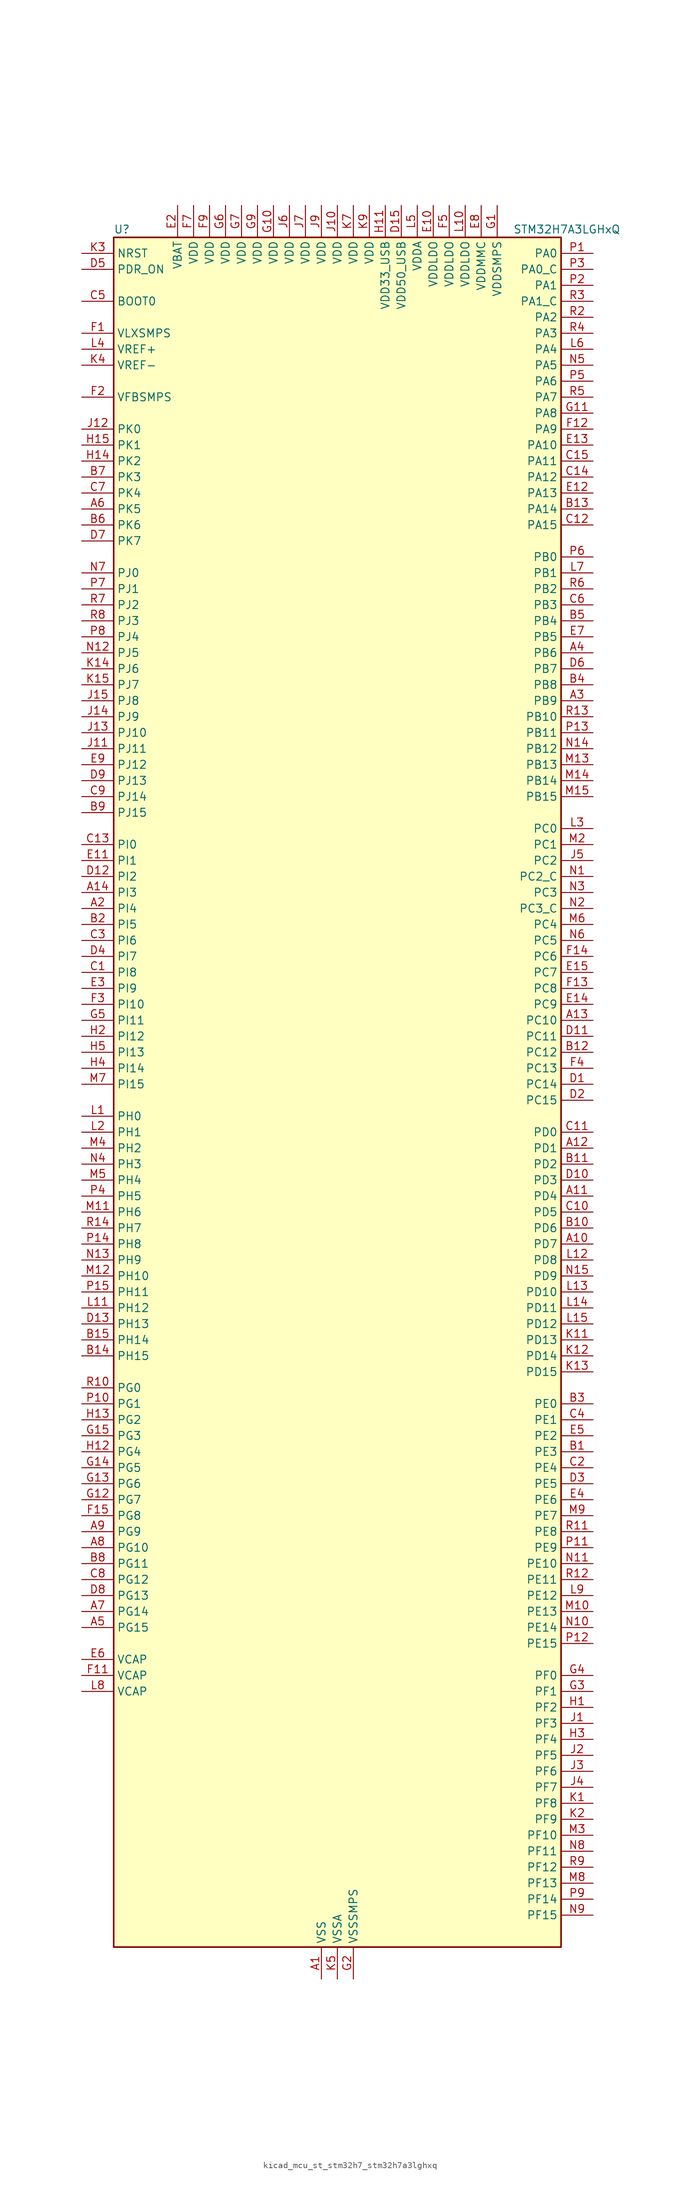
<source format=kicad_sym>
(kicad_symbol_lib
  (version 20220914)
  (generator kicad_symbol_editor)
  (symbol "kicad_mcu_st_stm32h7_stm32h7a3lghxq"
    (property "Reference" "U"
      (at -35.56 138.43 0)
      (effects (font (size 1.27 1.27)) (justify left)))
    (property "Value" "STM32H7A3LGHxQ"
      (at 27.94 138.43 0)
      (effects (font (size 1.27 1.27)) (justify left)))
    (property "ki_locked" ""
      (at 0 0 0)
      (effects (font (size 1.27 1.27))))
    (symbol "kicad_mcu_st_stm32h7_stm32h7a3lghxq_0_1"
      (rectangle (start -35.56 -134.62) (end 35.56 137.16) (stroke (width 0.254) (type default)) (fill (type background))))
    (symbol "kicad_mcu_st_stm32h7_stm32h7a3lghxq_1_1"
      (pin power_in line (at -2.54 -139.7 90) (length 5.08) (name "VSS" (effects (font (size 1.27 1.27)))) (number "A1" (effects (font (size 1.27 1.27)))))
      (pin bidirectional line (at 40.64 -22.86 180) (length 5.08) (name "PD7" (effects (font (size 1.27 1.27)))) (number "A10" (effects (font (size 1.27 1.27)))) (alternate "DFSDM1_CKIN1" bidirectional line) (alternate "DFSDM1_DATIN4" bidirectional line) (alternate "FMC_NE1" bidirectional line) (alternate "I2S1_SDO" bidirectional line) (alternate "OCTOSPIM_P1_IO7" bidirectional line) (alternate "SDMMC2_CMD" bidirectional line) (alternate "SPDIFRX_IN0" bidirectional line) (alternate "SPI1_MOSI" bidirectional line) (alternate "USART2_CK" bidirectional line))
      (pin bidirectional line (at 40.64 -15.24 180) (length 5.08) (name "PD4" (effects (font (size 1.27 1.27)))) (number "A11" (effects (font (size 1.27 1.27)))) (alternate "FMC_NOE" bidirectional line) (alternate "OCTOSPIM_P1_IO4" bidirectional line) (alternate "USART2_DE" bidirectional line) (alternate "USART2_RTS" bidirectional line))
      (pin bidirectional line (at 40.64 -7.62 180) (length 5.08) (name "PD1" (effects (font (size 1.27 1.27)))) (number "A12" (effects (font (size 1.27 1.27)))) (alternate "DFSDM1_DATIN6" bidirectional line) (alternate "FDCAN1_TX" bidirectional line) (alternate "FMC_D3" bidirectional line) (alternate "FMC_DA3" bidirectional line) (alternate "UART4_TX" bidirectional line))
      (pin bidirectional line (at 40.64 12.7 180) (length 5.08) (name "PC10" (effects (font (size 1.27 1.27)))) (number "A13" (effects (font (size 1.27 1.27)))) (alternate "DCMI_D8" bidirectional line) (alternate "DFSDM1_CKIN5" bidirectional line) (alternate "DFSDM2_CKIN0" bidirectional line) (alternate "I2S3_CK" bidirectional line) (alternate "LTDC_B1" bidirectional line) (alternate "LTDC_R2" bidirectional line) (alternate "OCTOSPIM_P1_IO1" bidirectional line) (alternate "PSSI_D8" bidirectional line) (alternate "SDMMC1_D2" bidirectional line) (alternate "SPI3_SCK" bidirectional line) (alternate "SWPMI1_RX" bidirectional line) (alternate "UART4_TX" bidirectional line) (alternate "USART3_TX" bidirectional line))
      (pin bidirectional line (at -40.64 33.02 0) (length 5.08) (name "PI3" (effects (font (size 1.27 1.27)))) (number "A14" (effects (font (size 1.27 1.27)))) (alternate "DCMI_D10" bidirectional line) (alternate "FMC_D27" bidirectional line) (alternate "I2S2_SDO" bidirectional line) (alternate "PSSI_D10" bidirectional line) (alternate "SPI2_MOSI" bidirectional line) (alternate "TIM8_ETR" bidirectional line))
      (pin passive line (at -2.54 -139.7 90) (length 5.08) hide (name "VSS" (effects (font (size 1.27 1.27)))) (number "A15" (effects (font (size 1.27 1.27)))))
      (pin bidirectional line (at -40.64 30.48 0) (length 5.08) (name "PI4" (effects (font (size 1.27 1.27)))) (number "A2" (effects (font (size 1.27 1.27)))) (alternate "DCMI_D5" bidirectional line) (alternate "FMC_NBL2" bidirectional line) (alternate "LTDC_B4" bidirectional line) (alternate "PSSI_D5" bidirectional line) (alternate "SAI2_MCLK_A" bidirectional line) (alternate "TIM8_BKIN" bidirectional line) (alternate "TIM8_BKIN_COMP1" bidirectional line) (alternate "TIM8_BKIN_COMP2" bidirectional line))
      (pin bidirectional line (at 40.64 63.5 180) (length 5.08) (name "PB9" (effects (font (size 1.27 1.27)))) (number "A3" (effects (font (size 1.27 1.27)))) (alternate "DAC1_EXTI9" bidirectional line) (alternate "DCMI_D7" bidirectional line) (alternate "DFSDM1_DATIN7" bidirectional line) (alternate "FDCAN1_TX" bidirectional line) (alternate "I2C1_SDA" bidirectional line) (alternate "I2C4_SDA" bidirectional line) (alternate "I2C4_SMBA" bidirectional line) (alternate "I2S2_WS" bidirectional line) (alternate "LTDC_B7" bidirectional line) (alternate "PSSI_D7" bidirectional line) (alternate "SDMMC1_CDIR" bidirectional line) (alternate "SDMMC1_D5" bidirectional line) (alternate "SDMMC2_D5" bidirectional line) (alternate "SPI2_NSS" bidirectional line) (alternate "TIM17_CH1" bidirectional line) (alternate "TIM4_CH4" bidirectional line) (alternate "UART4_TX" bidirectional line))
      (pin bidirectional line (at 40.64 71.12 180) (length 5.08) (name "PB6" (effects (font (size 1.27 1.27)))) (number "A4" (effects (font (size 1.27 1.27)))) (alternate "CEC" bidirectional line) (alternate "DCMI_D5" bidirectional line) (alternate "DFSDM1_DATIN5" bidirectional line) (alternate "FDCAN2_TX" bidirectional line) (alternate "FMC_SDNE1" bidirectional line) (alternate "I2C1_SCL" bidirectional line) (alternate "I2C4_SCL" bidirectional line) (alternate "LPUART1_TX" bidirectional line) (alternate "OCTOSPIM_P1_NCS" bidirectional line) (alternate "PSSI_D5" bidirectional line) (alternate "TIM16_CH1N" bidirectional line) (alternate "TIM4_CH1" bidirectional line) (alternate "UART5_TX" bidirectional line) (alternate "USART1_TX" bidirectional line))
      (pin bidirectional line (at -40.64 -83.82 0) (length 5.08) (name "PG15" (effects (font (size 1.27 1.27)))) (number "A5" (effects (font (size 1.27 1.27)))) (alternate "ADC1_EXTI15" bidirectional line) (alternate "ADC2_EXTI15" bidirectional line) (alternate "DCMI_D13" bidirectional line) (alternate "FMC_SDNCAS" bidirectional line) (alternate "OCTOSPIM_P2_DQS" bidirectional line) (alternate "PSSI_D13" bidirectional line) (alternate "USART10_CK" bidirectional line) (alternate "USART6_CTS" bidirectional line) (alternate "USART6_NSS" bidirectional line))
      (pin bidirectional line (at -40.64 93.98 0) (length 5.08) (name "PK5" (effects (font (size 1.27 1.27)))) (number "A6" (effects (font (size 1.27 1.27)))) (alternate "LTDC_B6" bidirectional line) (alternate "OCTOSPIM_P2_NCS" bidirectional line))
      (pin bidirectional line (at -40.64 -81.28 0) (length 5.08) (name "PG14" (effects (font (size 1.27 1.27)))) (number "A7" (effects (font (size 1.27 1.27)))) (alternate "DEBUG_TRACED1" bidirectional line) (alternate "FMC_A25" bidirectional line) (alternate "I2S6_SDO" bidirectional line) (alternate "LPTIM1_ETR" bidirectional line) (alternate "LTDC_B0" bidirectional line) (alternate "OCTOSPIM_P1_IO7" bidirectional line) (alternate "SDMMC2_D7" bidirectional line) (alternate "SPI6_MOSI" bidirectional line) (alternate "USART10_DE" bidirectional line) (alternate "USART10_RTS" bidirectional line) (alternate "USART6_TX" bidirectional line))
      (pin bidirectional line (at -40.64 -71.12 0) (length 5.08) (name "PG10" (effects (font (size 1.27 1.27)))) (number "A8" (effects (font (size 1.27 1.27)))) (alternate "DCMI_D2" bidirectional line) (alternate "FMC_NE3" bidirectional line) (alternate "I2S1_WS" bidirectional line) (alternate "LTDC_B2" bidirectional line) (alternate "LTDC_G3" bidirectional line) (alternate "OCTOSPIM_P2_IO6" bidirectional line) (alternate "PSSI_D2" bidirectional line) (alternate "SAI2_SD_B" bidirectional line) (alternate "SDMMC2_D1" bidirectional line) (alternate "SPI1_NSS" bidirectional line))
      (pin bidirectional line (at -40.64 -68.58 0) (length 5.08) (name "PG9" (effects (font (size 1.27 1.27)))) (number "A9" (effects (font (size 1.27 1.27)))) (alternate "DAC1_EXTI9" bidirectional line) (alternate "DCMI_VSYNC" bidirectional line) (alternate "FMC_NCE" bidirectional line) (alternate "FMC_NE2" bidirectional line) (alternate "I2S1_SDI" bidirectional line) (alternate "OCTOSPIM_P1_IO6" bidirectional line) (alternate "PSSI_RDY" bidirectional line) (alternate "SAI2_FS_B" bidirectional line) (alternate "SDMMC2_D0" bidirectional line) (alternate "SPDIFRX_IN3" bidirectional line) (alternate "SPI1_MISO" bidirectional line) (alternate "USART6_RX" bidirectional line))
      (pin bidirectional line (at 40.64 -55.88 180) (length 5.08) (name "PE3" (effects (font (size 1.27 1.27)))) (number "B1" (effects (font (size 1.27 1.27)))) (alternate "DEBUG_TRACED0" bidirectional line) (alternate "FMC_A19" bidirectional line) (alternate "SAI1_SD_B" bidirectional line) (alternate "TIM15_BKIN" bidirectional line) (alternate "USART10_TX" bidirectional line))
      (pin bidirectional line (at 40.64 -20.32 180) (length 5.08) (name "PD6" (effects (font (size 1.27 1.27)))) (number "B10" (effects (font (size 1.27 1.27)))) (alternate "DCMI_D10" bidirectional line) (alternate "DFSDM1_CKIN4" bidirectional line) (alternate "DFSDM1_DATIN1" bidirectional line) (alternate "FMC_NWAIT" bidirectional line) (alternate "I2S3_SDO" bidirectional line) (alternate "LTDC_B2" bidirectional line) (alternate "OCTOSPIM_P1_IO6" bidirectional line) (alternate "PSSI_D10" bidirectional line) (alternate "SAI1_D1" bidirectional line) (alternate "SAI1_SD_A" bidirectional line) (alternate "SDMMC2_CK" bidirectional line) (alternate "SPI3_MOSI" bidirectional line) (alternate "USART2_RX" bidirectional line))
      (pin bidirectional line (at 40.64 -10.16 180) (length 5.08) (name "PD2" (effects (font (size 1.27 1.27)))) (number "B11" (effects (font (size 1.27 1.27)))) (alternate "DCMI_D11" bidirectional line) (alternate "DEBUG_TRACED2" bidirectional line) (alternate "LTDC_B2" bidirectional line) (alternate "LTDC_B7" bidirectional line) (alternate "PSSI_D11" bidirectional line) (alternate "SDMMC1_CMD" bidirectional line) (alternate "TIM15_BKIN" bidirectional line) (alternate "TIM3_ETR" bidirectional line) (alternate "UART5_RX" bidirectional line))
      (pin bidirectional line (at 40.64 7.62 180) (length 5.08) (name "PC12" (effects (font (size 1.27 1.27)))) (number "B12" (effects (font (size 1.27 1.27)))) (alternate "DCMI_D9" bidirectional line) (alternate "DEBUG_TRACED3" bidirectional line) (alternate "DFSDM2_CKOUT" bidirectional line) (alternate "I2S3_SDO" bidirectional line) (alternate "I2S6_CK" bidirectional line) (alternate "LTDC_R6" bidirectional line) (alternate "PSSI_D9" bidirectional line) (alternate "SDMMC1_CK" bidirectional line) (alternate "SPI3_MOSI" bidirectional line) (alternate "SPI6_SCK" bidirectional line) (alternate "TIM15_CH1" bidirectional line) (alternate "UART5_TX" bidirectional line) (alternate "USART3_CK" bidirectional line))
      (pin bidirectional line (at 40.64 93.98 180) (length 5.08) (name "PA14" (effects (font (size 1.27 1.27)))) (number "B13" (effects (font (size 1.27 1.27)))) (alternate "DEBUG_JTCK-SWCLK" bidirectional line))
      (pin bidirectional line (at -40.64 -40.64 0) (length 5.08) (name "PH15" (effects (font (size 1.27 1.27)))) (number "B14" (effects (font (size 1.27 1.27)))) (alternate "ADC1_EXTI15" bidirectional line) (alternate "ADC2_EXTI15" bidirectional line) (alternate "DCMI_D11" bidirectional line) (alternate "FMC_D23" bidirectional line) (alternate "LTDC_G4" bidirectional line) (alternate "PSSI_D11" bidirectional line) (alternate "TIM8_CH3N" bidirectional line))
      (pin bidirectional line (at -40.64 -38.1 0) (length 5.08) (name "PH14" (effects (font (size 1.27 1.27)))) (number "B15" (effects (font (size 1.27 1.27)))) (alternate "DCMI_D4" bidirectional line) (alternate "FDCAN1_RX" bidirectional line) (alternate "FMC_D22" bidirectional line) (alternate "LTDC_G3" bidirectional line) (alternate "PSSI_D4" bidirectional line) (alternate "TIM8_CH2N" bidirectional line) (alternate "UART4_RX" bidirectional line))
      (pin bidirectional line (at -40.64 27.94 0) (length 5.08) (name "PI5" (effects (font (size 1.27 1.27)))) (number "B2" (effects (font (size 1.27 1.27)))) (alternate "DCMI_VSYNC" bidirectional line) (alternate "FMC_NBL3" bidirectional line) (alternate "LTDC_B5" bidirectional line) (alternate "PSSI_RDY" bidirectional line) (alternate "SAI2_SCK_A" bidirectional line) (alternate "TIM8_CH1" bidirectional line))
      (pin bidirectional line (at 40.64 -48.26 180) (length 5.08) (name "PE0" (effects (font (size 1.27 1.27)))) (number "B3" (effects (font (size 1.27 1.27)))) (alternate "DCMI_D2" bidirectional line) (alternate "FMC_NBL0" bidirectional line) (alternate "LPTIM1_ETR" bidirectional line) (alternate "LPTIM2_ETR" bidirectional line) (alternate "LTDC_R0" bidirectional line) (alternate "PSSI_D2" bidirectional line) (alternate "SAI2_MCLK_A" bidirectional line) (alternate "TIM4_ETR" bidirectional line) (alternate "UART8_RX" bidirectional line))
      (pin bidirectional line (at 40.64 66.04 180) (length 5.08) (name "PB8" (effects (font (size 1.27 1.27)))) (number "B4" (effects (font (size 1.27 1.27)))) (alternate "DCMI_D6" bidirectional line) (alternate "DFSDM1_CKIN7" bidirectional line) (alternate "FDCAN1_RX" bidirectional line) (alternate "I2C1_SCL" bidirectional line) (alternate "I2C4_SCL" bidirectional line) (alternate "LTDC_B6" bidirectional line) (alternate "PSSI_D6" bidirectional line) (alternate "SDMMC1_CKIN" bidirectional line) (alternate "SDMMC1_D4" bidirectional line) (alternate "SDMMC2_D4" bidirectional line) (alternate "TIM16_CH1" bidirectional line) (alternate "TIM4_CH3" bidirectional line) (alternate "UART4_RX" bidirectional line))
      (pin bidirectional line (at 40.64 76.2 180) (length 5.08) (name "PB4" (effects (font (size 1.27 1.27)))) (number "B5" (effects (font (size 1.27 1.27)))) (alternate "DEBUG_JTRST" bidirectional line) (alternate "I2S1_SDI" bidirectional line) (alternate "I2S2_WS" bidirectional line) (alternate "I2S3_SDI" bidirectional line) (alternate "I2S6_SDI" bidirectional line) (alternate "SDMMC2_D3" bidirectional line) (alternate "SPI1_MISO" bidirectional line) (alternate "SPI2_NSS" bidirectional line) (alternate "SPI3_MISO" bidirectional line) (alternate "SPI6_MISO" bidirectional line) (alternate "TIM16_BKIN" bidirectional line) (alternate "TIM3_CH1" bidirectional line) (alternate "UART7_TX" bidirectional line))
      (pin bidirectional line (at -40.64 91.44 0) (length 5.08) (name "PK6" (effects (font (size 1.27 1.27)))) (number "B6" (effects (font (size 1.27 1.27)))) (alternate "LTDC_B7" bidirectional line) (alternate "OCTOSPIM_P2_DQS" bidirectional line))
      (pin bidirectional line (at -40.64 99.06 0) (length 5.08) (name "PK3" (effects (font (size 1.27 1.27)))) (number "B7" (effects (font (size 1.27 1.27)))) (alternate "LTDC_B4" bidirectional line) (alternate "OCTOSPIM_P2_IO6" bidirectional line))
      (pin bidirectional line (at -40.64 -73.66 0) (length 5.08) (name "PG11" (effects (font (size 1.27 1.27)))) (number "B8" (effects (font (size 1.27 1.27)))) (alternate "ADC1_EXTI11" bidirectional line) (alternate "ADC2_EXTI11" bidirectional line) (alternate "DCMI_D3" bidirectional line) (alternate "I2S1_CK" bidirectional line) (alternate "LPTIM1_IN2" bidirectional line) (alternate "LTDC_B3" bidirectional line) (alternate "OCTOSPIM_P2_IO7" bidirectional line) (alternate "PSSI_D3" bidirectional line) (alternate "SDMMC2_D2" bidirectional line) (alternate "SPDIFRX_IN0" bidirectional line) (alternate "SPI1_SCK" bidirectional line) (alternate "USART10_RX" bidirectional line))
      (pin bidirectional line (at -40.64 45.72 0) (length 5.08) (name "PJ15" (effects (font (size 1.27 1.27)))) (number "B9" (effects (font (size 1.27 1.27)))) (alternate "ADC1_EXTI15" bidirectional line) (alternate "ADC2_EXTI15" bidirectional line) (alternate "LTDC_B3" bidirectional line))
      (pin bidirectional line (at -40.64 20.32 0) (length 5.08) (name "PI8" (effects (font (size 1.27 1.27)))) (number "C1" (effects (font (size 1.27 1.27)))) (alternate "PWR_WKUP3" bidirectional line) (alternate "RTC_OUT_ALARM" bidirectional line) (alternate "RTC_TAMP2" bidirectional line))
      (pin bidirectional line (at 40.64 -17.78 180) (length 5.08) (name "PD5" (effects (font (size 1.27 1.27)))) (number "C10" (effects (font (size 1.27 1.27)))) (alternate "FMC_NWE" bidirectional line) (alternate "OCTOSPIM_P1_IO5" bidirectional line) (alternate "USART2_TX" bidirectional line))
      (pin bidirectional line (at 40.64 -5.08 180) (length 5.08) (name "PD0" (effects (font (size 1.27 1.27)))) (number "C11" (effects (font (size 1.27 1.27)))) (alternate "DFSDM1_CKIN6" bidirectional line) (alternate "FDCAN1_RX" bidirectional line) (alternate "FMC_D2" bidirectional line) (alternate "FMC_DA2" bidirectional line) (alternate "LTDC_B1" bidirectional line) (alternate "UART4_RX" bidirectional line) (alternate "UART9_CTS" bidirectional line))
      (pin bidirectional line (at 40.64 91.44 180) (length 5.08) (name "PA15" (effects (font (size 1.27 1.27)))) (number "C12" (effects (font (size 1.27 1.27)))) (alternate "ADC1_EXTI15" bidirectional line) (alternate "ADC2_EXTI15" bidirectional line) (alternate "CEC" bidirectional line) (alternate "DEBUG_JTDI" bidirectional line) (alternate "I2S1_WS" bidirectional line) (alternate "I2S3_WS" bidirectional line) (alternate "I2S6_WS" bidirectional line) (alternate "LTDC_B6" bidirectional line) (alternate "LTDC_R3" bidirectional line) (alternate "SPI1_NSS" bidirectional line) (alternate "SPI3_NSS" bidirectional line) (alternate "SPI6_NSS" bidirectional line) (alternate "TIM2_CH1" bidirectional line) (alternate "TIM2_ETR" bidirectional line) (alternate "UART4_DE" bidirectional line) (alternate "UART4_RTS" bidirectional line) (alternate "UART7_TX" bidirectional line))
      (pin bidirectional line (at -40.64 40.64 0) (length 5.08) (name "PI0" (effects (font (size 1.27 1.27)))) (number "C13" (effects (font (size 1.27 1.27)))) (alternate "DCMI_D13" bidirectional line) (alternate "FMC_D24" bidirectional line) (alternate "I2S2_WS" bidirectional line) (alternate "LTDC_G5" bidirectional line) (alternate "PSSI_D13" bidirectional line) (alternate "SPI2_NSS" bidirectional line) (alternate "TIM5_CH4" bidirectional line))
      (pin bidirectional line (at 40.64 99.06 180) (length 5.08) (name "PA12" (effects (font (size 1.27 1.27)))) (number "C14" (effects (font (size 1.27 1.27)))) (alternate "FDCAN1_TX" bidirectional line) (alternate "I2S2_CK" bidirectional line) (alternate "LPUART1_DE" bidirectional line) (alternate "LPUART1_RTS" bidirectional line) (alternate "LTDC_R5" bidirectional line) (alternate "SAI2_FS_B" bidirectional line) (alternate "SPI2_SCK" bidirectional line) (alternate "TIM1_ETR" bidirectional line) (alternate "UART4_TX" bidirectional line) (alternate "USART1_DE" bidirectional line) (alternate "USART1_RTS" bidirectional line) (alternate "USB_OTG_HS_DP" bidirectional line))
      (pin bidirectional line (at 40.64 101.6 180) (length 5.08) (name "PA11" (effects (font (size 1.27 1.27)))) (number "C15" (effects (font (size 1.27 1.27)))) (alternate "ADC1_EXTI11" bidirectional line) (alternate "ADC2_EXTI11" bidirectional line) (alternate "FDCAN1_RX" bidirectional line) (alternate "I2S2_WS" bidirectional line) (alternate "LPUART1_CTS" bidirectional line) (alternate "LTDC_R4" bidirectional line) (alternate "SPI2_NSS" bidirectional line) (alternate "TIM1_CH4" bidirectional line) (alternate "UART4_RX" bidirectional line) (alternate "USART1_CTS" bidirectional line) (alternate "USART1_NSS" bidirectional line) (alternate "USB_OTG_HS_DM" bidirectional line))
      (pin bidirectional line (at 40.64 -58.42 180) (length 5.08) (name "PE4" (effects (font (size 1.27 1.27)))) (number "C2" (effects (font (size 1.27 1.27)))) (alternate "DCMI_D4" bidirectional line) (alternate "DEBUG_TRACED1" bidirectional line) (alternate "DFSDM1_DATIN3" bidirectional line) (alternate "FMC_A20" bidirectional line) (alternate "LTDC_B0" bidirectional line) (alternate "PSSI_D4" bidirectional line) (alternate "SAI1_D2" bidirectional line) (alternate "SAI1_FS_A" bidirectional line) (alternate "SPI4_NSS" bidirectional line) (alternate "TIM15_CH1N" bidirectional line))
      (pin bidirectional line (at -40.64 25.4 0) (length 5.08) (name "PI6" (effects (font (size 1.27 1.27)))) (number "C3" (effects (font (size 1.27 1.27)))) (alternate "DCMI_D6" bidirectional line) (alternate "FMC_D28" bidirectional line) (alternate "LTDC_B6" bidirectional line) (alternate "PSSI_D6" bidirectional line) (alternate "SAI2_SD_A" bidirectional line) (alternate "TIM8_CH2" bidirectional line))
      (pin bidirectional line (at 40.64 -50.8 180) (length 5.08) (name "PE1" (effects (font (size 1.27 1.27)))) (number "C4" (effects (font (size 1.27 1.27)))) (alternate "DCMI_D3" bidirectional line) (alternate "FMC_NBL1" bidirectional line) (alternate "LPTIM1_IN2" bidirectional line) (alternate "LTDC_R6" bidirectional line) (alternate "PSSI_D3" bidirectional line) (alternate "UART8_TX" bidirectional line))
      (pin input line (at -40.64 127 0) (length 5.08) (name "BOOT0" (effects (font (size 1.27 1.27)))) (number "C5" (effects (font (size 1.27 1.27)))))
      (pin bidirectional line (at 40.64 78.74 180) (length 5.08) (name "PB3" (effects (font (size 1.27 1.27)))) (number "C6" (effects (font (size 1.27 1.27)))) (alternate "CRS_SYNC" bidirectional line) (alternate "DEBUG_JTDO-SWO" bidirectional line) (alternate "I2S1_CK" bidirectional line) (alternate "I2S3_CK" bidirectional line) (alternate "I2S6_CK" bidirectional line) (alternate "SDMMC2_D2" bidirectional line) (alternate "SPI1_SCK" bidirectional line) (alternate "SPI3_SCK" bidirectional line) (alternate "SPI6_SCK" bidirectional line) (alternate "TIM2_CH2" bidirectional line) (alternate "UART7_RX" bidirectional line))
      (pin bidirectional line (at -40.64 96.52 0) (length 5.08) (name "PK4" (effects (font (size 1.27 1.27)))) (number "C7" (effects (font (size 1.27 1.27)))) (alternate "LTDC_B5" bidirectional line) (alternate "OCTOSPIM_P2_IO7" bidirectional line))
      (pin bidirectional line (at -40.64 -76.2 0) (length 5.08) (name "PG12" (effects (font (size 1.27 1.27)))) (number "C8" (effects (font (size 1.27 1.27)))) (alternate "FMC_NE4" bidirectional line) (alternate "I2S6_SDI" bidirectional line) (alternate "LPTIM1_IN1" bidirectional line) (alternate "LTDC_B1" bidirectional line) (alternate "LTDC_B4" bidirectional line) (alternate "OCTOSPIM_P2_NCS" bidirectional line) (alternate "SDMMC2_D3" bidirectional line) (alternate "SPDIFRX_IN1" bidirectional line) (alternate "SPI6_MISO" bidirectional line) (alternate "USART10_TX" bidirectional line) (alternate "USART6_DE" bidirectional line) (alternate "USART6_RTS" bidirectional line))
      (pin bidirectional line (at -40.64 48.26 0) (length 5.08) (name "PJ14" (effects (font (size 1.27 1.27)))) (number "C9" (effects (font (size 1.27 1.27)))) (alternate "LTDC_B2" bidirectional line))
      (pin bidirectional line (at 40.64 2.54 180) (length 5.08) (name "PC14" (effects (font (size 1.27 1.27)))) (number "D1" (effects (font (size 1.27 1.27)))) (alternate "RCC_OSC32_IN" bidirectional line))
      (pin bidirectional line (at 40.64 -12.7 180) (length 5.08) (name "PD3" (effects (font (size 1.27 1.27)))) (number "D10" (effects (font (size 1.27 1.27)))) (alternate "DCMI_D5" bidirectional line) (alternate "DFSDM1_CKOUT" bidirectional line) (alternate "FMC_CLK" bidirectional line) (alternate "I2S2_CK" bidirectional line) (alternate "LTDC_G7" bidirectional line) (alternate "PSSI_D5" bidirectional line) (alternate "SPI2_SCK" bidirectional line) (alternate "USART2_CTS" bidirectional line) (alternate "USART2_NSS" bidirectional line))
      (pin bidirectional line (at 40.64 10.16 180) (length 5.08) (name "PC11" (effects (font (size 1.27 1.27)))) (number "D11" (effects (font (size 1.27 1.27)))) (alternate "ADC1_EXTI11" bidirectional line) (alternate "ADC2_EXTI11" bidirectional line) (alternate "DCMI_D4" bidirectional line) (alternate "DFSDM1_DATIN5" bidirectional line) (alternate "DFSDM2_DATIN0" bidirectional line) (alternate "I2S3_SDI" bidirectional line) (alternate "LTDC_B4" bidirectional line) (alternate "OCTOSPIM_P1_NCS" bidirectional line) (alternate "PSSI_D4" bidirectional line) (alternate "SDMMC1_D3" bidirectional line) (alternate "SPI3_MISO" bidirectional line) (alternate "UART4_RX" bidirectional line) (alternate "USART3_RX" bidirectional line))
      (pin bidirectional line (at -40.64 35.56 0) (length 5.08) (name "PI2" (effects (font (size 1.27 1.27)))) (number "D12" (effects (font (size 1.27 1.27)))) (alternate "DCMI_D9" bidirectional line) (alternate "FMC_D26" bidirectional line) (alternate "I2S2_SDI" bidirectional line) (alternate "LTDC_G7" bidirectional line) (alternate "PSSI_D9" bidirectional line) (alternate "SPI2_MISO" bidirectional line) (alternate "TIM8_CH4" bidirectional line))
      (pin bidirectional line (at -40.64 -35.56 0) (length 5.08) (name "PH13" (effects (font (size 1.27 1.27)))) (number "D13" (effects (font (size 1.27 1.27)))) (alternate "FDCAN1_TX" bidirectional line) (alternate "FMC_D21" bidirectional line) (alternate "LTDC_G2" bidirectional line) (alternate "TIM8_CH1N" bidirectional line) (alternate "UART4_TX" bidirectional line))
      (pin passive line (at -2.54 -139.7 90) (length 5.08) hide (name "VSS" (effects (font (size 1.27 1.27)))) (number "D14" (effects (font (size 1.27 1.27)))))
      (pin power_in line (at 10.16 142.24 270) (length 5.08) (name "VDD50_USB" (effects (font (size 1.27 1.27)))) (number "D15" (effects (font (size 1.27 1.27)))))
      (pin bidirectional line (at 40.64 0 180) (length 5.08) (name "PC15" (effects (font (size 1.27 1.27)))) (number "D2" (effects (font (size 1.27 1.27)))) (alternate "ADC1_EXTI15" bidirectional line) (alternate "ADC2_EXTI15" bidirectional line) (alternate "RCC_OSC32_OUT" bidirectional line))
      (pin bidirectional line (at 40.64 -60.96 180) (length 5.08) (name "PE5" (effects (font (size 1.27 1.27)))) (number "D3" (effects (font (size 1.27 1.27)))) (alternate "DCMI_D6" bidirectional line) (alternate "DEBUG_TRACED2" bidirectional line) (alternate "DFSDM1_CKIN3" bidirectional line) (alternate "FMC_A21" bidirectional line) (alternate "LTDC_G0" bidirectional line) (alternate "PSSI_D6" bidirectional line) (alternate "SAI1_CK2" bidirectional line) (alternate "SAI1_SCK_A" bidirectional line) (alternate "SPI4_MISO" bidirectional line) (alternate "TIM15_CH1" bidirectional line))
      (pin bidirectional line (at -40.64 22.86 0) (length 5.08) (name "PI7" (effects (font (size 1.27 1.27)))) (number "D4" (effects (font (size 1.27 1.27)))) (alternate "DCMI_D7" bidirectional line) (alternate "FMC_D29" bidirectional line) (alternate "LTDC_B7" bidirectional line) (alternate "PSSI_D7" bidirectional line) (alternate "SAI2_FS_A" bidirectional line) (alternate "TIM8_CH3" bidirectional line))
      (pin input line (at -40.64 132.08 0) (length 5.08) (name "PDR_ON" (effects (font (size 1.27 1.27)))) (number "D5" (effects (font (size 1.27 1.27)))))
      (pin bidirectional line (at 40.64 68.58 180) (length 5.08) (name "PB7" (effects (font (size 1.27 1.27)))) (number "D6" (effects (font (size 1.27 1.27)))) (alternate "DCMI_VSYNC" bidirectional line) (alternate "DFSDM1_CKIN5" bidirectional line) (alternate "FMC_NL" bidirectional line) (alternate "I2C1_SDA" bidirectional line) (alternate "I2C4_SDA" bidirectional line) (alternate "LPUART1_RX" bidirectional line) (alternate "PSSI_RDY" bidirectional line) (alternate "PWR_PVD_IN" bidirectional line) (alternate "TIM17_CH1N" bidirectional line) (alternate "TIM4_CH2" bidirectional line) (alternate "USART1_RX" bidirectional line))
      (pin bidirectional line (at -40.64 88.9 0) (length 5.08) (name "PK7" (effects (font (size 1.27 1.27)))) (number "D7" (effects (font (size 1.27 1.27)))) (alternate "LTDC_DE" bidirectional line))
      (pin bidirectional line (at -40.64 -78.74 0) (length 5.08) (name "PG13" (effects (font (size 1.27 1.27)))) (number "D8" (effects (font (size 1.27 1.27)))) (alternate "DEBUG_TRACED0" bidirectional line) (alternate "FMC_A24" bidirectional line) (alternate "I2S6_CK" bidirectional line) (alternate "LPTIM1_OUT" bidirectional line) (alternate "LTDC_R0" bidirectional line) (alternate "SDMMC2_D6" bidirectional line) (alternate "SPI6_SCK" bidirectional line) (alternate "USART10_CTS" bidirectional line) (alternate "USART10_NSS" bidirectional line) (alternate "USART6_CTS" bidirectional line) (alternate "USART6_NSS" bidirectional line))
      (pin bidirectional line (at -40.64 50.8 0) (length 5.08) (name "PJ13" (effects (font (size 1.27 1.27)))) (number "D9" (effects (font (size 1.27 1.27)))) (alternate "LTDC_B1" bidirectional line) (alternate "LTDC_B4" bidirectional line))
      (pin passive line (at -2.54 -139.7 90) (length 5.08) hide (name "VSS" (effects (font (size 1.27 1.27)))) (number "E1" (effects (font (size 1.27 1.27)))))
      (pin power_in line (at 15.24 142.24 270) (length 5.08) (name "VDDLDO" (effects (font (size 1.27 1.27)))) (number "E10" (effects (font (size 1.27 1.27)))))
      (pin bidirectional line (at -40.64 38.1 0) (length 5.08) (name "PI1" (effects (font (size 1.27 1.27)))) (number "E11" (effects (font (size 1.27 1.27)))) (alternate "DCMI_D8" bidirectional line) (alternate "FMC_D25" bidirectional line) (alternate "I2S2_CK" bidirectional line) (alternate "LTDC_G6" bidirectional line) (alternate "PSSI_D8" bidirectional line) (alternate "SPI2_SCK" bidirectional line) (alternate "TIM8_BKIN2" bidirectional line) (alternate "TIM8_BKIN2_COMP1" bidirectional line) (alternate "TIM8_BKIN2_COMP2" bidirectional line))
      (pin bidirectional line (at 40.64 96.52 180) (length 5.08) (name "PA13" (effects (font (size 1.27 1.27)))) (number "E12" (effects (font (size 1.27 1.27)))) (alternate "DEBUG_JTMS-SWDIO" bidirectional line))
      (pin bidirectional line (at 40.64 104.14 180) (length 5.08) (name "PA10" (effects (font (size 1.27 1.27)))) (number "E13" (effects (font (size 1.27 1.27)))) (alternate "DCMI_D1" bidirectional line) (alternate "LPUART1_RX" bidirectional line) (alternate "LTDC_B1" bidirectional line) (alternate "LTDC_B4" bidirectional line) (alternate "MDIOS_MDIO" bidirectional line) (alternate "PSSI_D1" bidirectional line) (alternate "TIM1_CH3" bidirectional line) (alternate "USART1_RX" bidirectional line) (alternate "USB_OTG_HS_ID" bidirectional line))
      (pin bidirectional line (at 40.64 15.24 180) (length 5.08) (name "PC9" (effects (font (size 1.27 1.27)))) (number "E14" (effects (font (size 1.27 1.27)))) (alternate "DAC1_EXTI9" bidirectional line) (alternate "DCMI_D3" bidirectional line) (alternate "I2C3_SDA" bidirectional line) (alternate "I2S_CKIN" bidirectional line) (alternate "LTDC_B2" bidirectional line) (alternate "LTDC_G3" bidirectional line) (alternate "OCTOSPIM_P1_IO0" bidirectional line) (alternate "PSSI_D3" bidirectional line) (alternate "RCC_MCO_2" bidirectional line) (alternate "SDMMC1_D1" bidirectional line) (alternate "SWPMI1_SUSPEND" bidirectional line) (alternate "TIM3_CH4" bidirectional line) (alternate "TIM8_CH4" bidirectional line) (alternate "UART5_CTS" bidirectional line))
      (pin bidirectional line (at 40.64 20.32 180) (length 5.08) (name "PC7" (effects (font (size 1.27 1.27)))) (number "E15" (effects (font (size 1.27 1.27)))) (alternate "DCMI_D1" bidirectional line) (alternate "DEBUG_TRGIO" bidirectional line) (alternate "DFSDM1_DATIN3" bidirectional line) (alternate "FMC_NE1" bidirectional line) (alternate "I2S3_MCK" bidirectional line) (alternate "LTDC_G6" bidirectional line) (alternate "PSSI_D1" bidirectional line) (alternate "SDMMC1_D123DIR" bidirectional line) (alternate "SDMMC1_D7" bidirectional line) (alternate "SDMMC2_D7" bidirectional line) (alternate "SWPMI1_TX" bidirectional line) (alternate "TIM3_CH2" bidirectional line) (alternate "TIM8_CH2" bidirectional line) (alternate "USART6_RX" bidirectional line))
      (pin power_in line (at -25.4 142.24 270) (length 5.08) (name "VBAT" (effects (font (size 1.27 1.27)))) (number "E2" (effects (font (size 1.27 1.27)))))
      (pin bidirectional line (at -40.64 17.78 0) (length 5.08) (name "PI9" (effects (font (size 1.27 1.27)))) (number "E3" (effects (font (size 1.27 1.27)))) (alternate "DAC1_EXTI9" bidirectional line) (alternate "FDCAN1_RX" bidirectional line) (alternate "FMC_D30" bidirectional line) (alternate "LTDC_VSYNC" bidirectional line) (alternate "OCTOSPIM_P2_IO0" bidirectional line) (alternate "UART4_RX" bidirectional line))
      (pin bidirectional line (at 40.64 -63.5 180) (length 5.08) (name "PE6" (effects (font (size 1.27 1.27)))) (number "E4" (effects (font (size 1.27 1.27)))) (alternate "DCMI_D7" bidirectional line) (alternate "DEBUG_TRACED3" bidirectional line) (alternate "FMC_A22" bidirectional line) (alternate "LTDC_G1" bidirectional line) (alternate "PSSI_D7" bidirectional line) (alternate "SAI1_D1" bidirectional line) (alternate "SAI1_SD_A" bidirectional line) (alternate "SAI2_MCLK_B" bidirectional line) (alternate "SPI4_MOSI" bidirectional line) (alternate "TIM15_CH2" bidirectional line) (alternate "TIM1_BKIN2" bidirectional line) (alternate "TIM1_BKIN2_COMP1" bidirectional line) (alternate "TIM1_BKIN2_COMP2" bidirectional line))
      (pin bidirectional line (at 40.64 -53.34 180) (length 5.08) (name "PE2" (effects (font (size 1.27 1.27)))) (number "E5" (effects (font (size 1.27 1.27)))) (alternate "DEBUG_TRACECLK" bidirectional line) (alternate "FMC_A23" bidirectional line) (alternate "OCTOSPIM_P1_IO2" bidirectional line) (alternate "SAI1_CK1" bidirectional line) (alternate "SAI1_MCLK_A" bidirectional line) (alternate "SPI4_SCK" bidirectional line) (alternate "USART10_RX" bidirectional line))
      (pin power_out line (at -40.64 -88.9 0) (length 5.08) (name "VCAP" (effects (font (size 1.27 1.27)))) (number "E6" (effects (font (size 1.27 1.27)))))
      (pin bidirectional line (at 40.64 73.66 180) (length 5.08) (name "PB5" (effects (font (size 1.27 1.27)))) (number "E7" (effects (font (size 1.27 1.27)))) (alternate "DCMI_D10" bidirectional line) (alternate "FDCAN2_RX" bidirectional line) (alternate "FMC_SDCKE1" bidirectional line) (alternate "I2C1_SMBA" bidirectional line) (alternate "I2C4_SMBA" bidirectional line) (alternate "I2S1_SDO" bidirectional line) (alternate "I2S3_SDO" bidirectional line) (alternate "I2S6_SDO" bidirectional line) (alternate "LTDC_B5" bidirectional line) (alternate "PSSI_D10" bidirectional line) (alternate "SPI1_MOSI" bidirectional line) (alternate "SPI3_MOSI" bidirectional line) (alternate "SPI6_MOSI" bidirectional line) (alternate "TIM17_BKIN" bidirectional line) (alternate "TIM3_CH2" bidirectional line) (alternate "UART5_RX" bidirectional line) (alternate "USB_OTG_HS_ULPI_D7" bidirectional line))
      (pin power_in line (at 22.86 142.24 270) (length 5.08) (name "VDDMMC" (effects (font (size 1.27 1.27)))) (number "E8" (effects (font (size 1.27 1.27)))))
      (pin bidirectional line (at -40.64 53.34 0) (length 5.08) (name "PJ12" (effects (font (size 1.27 1.27)))) (number "E9" (effects (font (size 1.27 1.27)))) (alternate "DEBUG_TRGOUT" bidirectional line) (alternate "LTDC_B0" bidirectional line) (alternate "LTDC_G3" bidirectional line))
      (pin power_in line (at -40.64 121.92 0) (length 5.08) (name "VLXSMPS" (effects (font (size 1.27 1.27)))) (number "F1" (effects (font (size 1.27 1.27)))))
      (pin passive line (at -2.54 -139.7 90) (length 5.08) hide (name "VSS" (effects (font (size 1.27 1.27)))) (number "F10" (effects (font (size 1.27 1.27)))))
      (pin power_out line (at -40.64 -91.44 0) (length 5.08) (name "VCAP" (effects (font (size 1.27 1.27)))) (number "F11" (effects (font (size 1.27 1.27)))))
      (pin bidirectional line (at 40.64 106.68 180) (length 5.08) (name "PA9" (effects (font (size 1.27 1.27)))) (number "F12" (effects (font (size 1.27 1.27)))) (alternate "DAC1_EXTI9" bidirectional line) (alternate "DCMI_D0" bidirectional line) (alternate "I2C3_SMBA" bidirectional line) (alternate "I2S2_CK" bidirectional line) (alternate "LPUART1_TX" bidirectional line) (alternate "LTDC_R5" bidirectional line) (alternate "PSSI_D0" bidirectional line) (alternate "SPI2_SCK" bidirectional line) (alternate "TIM1_CH2" bidirectional line) (alternate "USART1_TX" bidirectional line) (alternate "USB_OTG_HS_VBUS" bidirectional line))
      (pin bidirectional line (at 40.64 17.78 180) (length 5.08) (name "PC8" (effects (font (size 1.27 1.27)))) (number "F13" (effects (font (size 1.27 1.27)))) (alternate "DCMI_D2" bidirectional line) (alternate "DEBUG_TRACED1" bidirectional line) (alternate "FMC_INT" bidirectional line) (alternate "FMC_NCE" bidirectional line) (alternate "FMC_NE2" bidirectional line) (alternate "PSSI_D2" bidirectional line) (alternate "SDMMC1_D0" bidirectional line) (alternate "SWPMI1_RX" bidirectional line) (alternate "TIM3_CH3" bidirectional line) (alternate "TIM8_CH3" bidirectional line) (alternate "UART5_DE" bidirectional line) (alternate "UART5_RTS" bidirectional line) (alternate "USART6_CK" bidirectional line))
      (pin bidirectional line (at 40.64 22.86 180) (length 5.08) (name "PC6" (effects (font (size 1.27 1.27)))) (number "F14" (effects (font (size 1.27 1.27)))) (alternate "DCMI_D0" bidirectional line) (alternate "DFSDM1_CKIN3" bidirectional line) (alternate "FMC_NWAIT" bidirectional line) (alternate "I2S2_MCK" bidirectional line) (alternate "LTDC_HSYNC" bidirectional line) (alternate "PSSI_D0" bidirectional line) (alternate "SDMMC1_D0DIR" bidirectional line) (alternate "SDMMC1_D6" bidirectional line) (alternate "SDMMC2_D6" bidirectional line) (alternate "SWPMI1_IO" bidirectional line) (alternate "TIM3_CH1" bidirectional line) (alternate "TIM8_CH1" bidirectional line) (alternate "USART6_TX" bidirectional line))
      (pin bidirectional line (at -40.64 -66.04 0) (length 5.08) (name "PG8" (effects (font (size 1.27 1.27)))) (number "F15" (effects (font (size 1.27 1.27)))) (alternate "FMC_SDCLK" bidirectional line) (alternate "I2S6_WS" bidirectional line) (alternate "LTDC_G7" bidirectional line) (alternate "SPDIFRX_IN2" bidirectional line) (alternate "SPI6_NSS" bidirectional line) (alternate "TIM8_ETR" bidirectional line) (alternate "USART6_DE" bidirectional line) (alternate "USART6_RTS" bidirectional line))
      (pin input line (at -40.64 111.76 0) (length 5.08) (name "VFBSMPS" (effects (font (size 1.27 1.27)))) (number "F2" (effects (font (size 1.27 1.27)))))
      (pin bidirectional line (at -40.64 15.24 0) (length 5.08) (name "PI10" (effects (font (size 1.27 1.27)))) (number "F3" (effects (font (size 1.27 1.27)))) (alternate "FMC_D31" bidirectional line) (alternate "LTDC_HSYNC" bidirectional line) (alternate "OCTOSPIM_P2_IO1" bidirectional line) (alternate "PSSI_D14" bidirectional line))
      (pin bidirectional line (at 40.64 5.08 180) (length 5.08) (name "PC13" (effects (font (size 1.27 1.27)))) (number "F4" (effects (font (size 1.27 1.27)))) (alternate "PWR_WKUP4" bidirectional line) (alternate "RTC_OUT_ALARM" bidirectional line) (alternate "RTC_OUT_CALIB" bidirectional line) (alternate "RTC_TAMP1" bidirectional line) (alternate "RTC_TS" bidirectional line))
      (pin power_in line (at 17.78 142.24 270) (length 5.08) (name "VDDLDO" (effects (font (size 1.27 1.27)))) (number "F5" (effects (font (size 1.27 1.27)))))
      (pin passive line (at -2.54 -139.7 90) (length 5.08) hide (name "VSS" (effects (font (size 1.27 1.27)))) (number "F6" (effects (font (size 1.27 1.27)))))
      (pin power_in line (at -22.86 142.24 270) (length 5.08) (name "VDD" (effects (font (size 1.27 1.27)))) (number "F7" (effects (font (size 1.27 1.27)))))
      (pin passive line (at -2.54 -139.7 90) (length 5.08) hide (name "VSS" (effects (font (size 1.27 1.27)))) (number "F8" (effects (font (size 1.27 1.27)))))
      (pin power_in line (at -20.32 142.24 270) (length 5.08) (name "VDD" (effects (font (size 1.27 1.27)))) (number "F9" (effects (font (size 1.27 1.27)))))
      (pin power_in line (at 25.4 142.24 270) (length 5.08) (name "VDDSMPS" (effects (font (size 1.27 1.27)))) (number "G1" (effects (font (size 1.27 1.27)))))
      (pin power_in line (at -10.16 142.24 270) (length 5.08) (name "VDD" (effects (font (size 1.27 1.27)))) (number "G10" (effects (font (size 1.27 1.27)))))
      (pin bidirectional line (at 40.64 109.22 180) (length 5.08) (name "PA8" (effects (font (size 1.27 1.27)))) (number "G11" (effects (font (size 1.27 1.27)))) (alternate "I2C3_SCL" bidirectional line) (alternate "LTDC_B3" bidirectional line) (alternate "LTDC_R6" bidirectional line) (alternate "RCC_MCO_1" bidirectional line) (alternate "TIM1_CH1" bidirectional line) (alternate "TIM8_BKIN2" bidirectional line) (alternate "TIM8_BKIN2_COMP1" bidirectional line) (alternate "TIM8_BKIN2_COMP2" bidirectional line) (alternate "UART7_RX" bidirectional line) (alternate "USART1_CK" bidirectional line) (alternate "USB_OTG_HS_SOF" bidirectional line))
      (pin bidirectional line (at -40.64 -63.5 0) (length 5.08) (name "PG7" (effects (font (size 1.27 1.27)))) (number "G12" (effects (font (size 1.27 1.27)))) (alternate "DCMI_D13" bidirectional line) (alternate "FMC_INT" bidirectional line) (alternate "LTDC_CLK" bidirectional line) (alternate "OCTOSPIM_P2_DQS" bidirectional line) (alternate "PSSI_D13" bidirectional line) (alternate "SAI1_MCLK_A" bidirectional line) (alternate "USART6_CK" bidirectional line))
      (pin bidirectional line (at -40.64 -60.96 0) (length 5.08) (name "PG6" (effects (font (size 1.27 1.27)))) (number "G13" (effects (font (size 1.27 1.27)))) (alternate "DCMI_D12" bidirectional line) (alternate "FMC_NE3" bidirectional line) (alternate "LTDC_R7" bidirectional line) (alternate "OCTOSPIM_P1_NCS" bidirectional line) (alternate "PSSI_D12" bidirectional line) (alternate "TIM17_BKIN" bidirectional line))
      (pin bidirectional line (at -40.64 -58.42 0) (length 5.08) (name "PG5" (effects (font (size 1.27 1.27)))) (number "G14" (effects (font (size 1.27 1.27)))) (alternate "FMC_A15" bidirectional line) (alternate "FMC_BA1" bidirectional line) (alternate "TIM1_ETR" bidirectional line))
      (pin bidirectional line (at -40.64 -53.34 0) (length 5.08) (name "PG3" (effects (font (size 1.27 1.27)))) (number "G15" (effects (font (size 1.27 1.27)))) (alternate "FMC_A13" bidirectional line) (alternate "TIM8_BKIN2" bidirectional line) (alternate "TIM8_BKIN2_COMP1" bidirectional line) (alternate "TIM8_BKIN2_COMP2" bidirectional line))
      (pin power_in line (at 2.54 -139.7 90) (length 5.08) (name "VSSSMPS" (effects (font (size 1.27 1.27)))) (number "G2" (effects (font (size 1.27 1.27)))))
      (pin bidirectional line (at 40.64 -93.98 180) (length 5.08) (name "PF1" (effects (font (size 1.27 1.27)))) (number "G3" (effects (font (size 1.27 1.27)))) (alternate "FMC_A1" bidirectional line) (alternate "I2C2_SCL" bidirectional line) (alternate "OCTOSPIM_P2_IO1" bidirectional line))
      (pin bidirectional line (at 40.64 -91.44 180) (length 5.08) (name "PF0" (effects (font (size 1.27 1.27)))) (number "G4" (effects (font (size 1.27 1.27)))) (alternate "FMC_A0" bidirectional line) (alternate "I2C2_SDA" bidirectional line) (alternate "OCTOSPIM_P2_IO0" bidirectional line))
      (pin bidirectional line (at -40.64 12.7 0) (length 5.08) (name "PI11" (effects (font (size 1.27 1.27)))) (number "G5" (effects (font (size 1.27 1.27)))) (alternate "ADC1_EXTI11" bidirectional line) (alternate "ADC2_EXTI11" bidirectional line) (alternate "LTDC_G6" bidirectional line) (alternate "OCTOSPIM_P2_IO2" bidirectional line) (alternate "PSSI_D15" bidirectional line) (alternate "PWR_WKUP5" bidirectional line) (alternate "USB_OTG_HS_ULPI_DIR" bidirectional line))
      (pin power_in line (at -17.78 142.24 270) (length 5.08) (name "VDD" (effects (font (size 1.27 1.27)))) (number "G6" (effects (font (size 1.27 1.27)))))
      (pin power_in line (at -15.24 142.24 270) (length 5.08) (name "VDD" (effects (font (size 1.27 1.27)))) (number "G7" (effects (font (size 1.27 1.27)))))
      (pin passive line (at -2.54 -139.7 90) (length 5.08) hide (name "VSS" (effects (font (size 1.27 1.27)))) (number "G8" (effects (font (size 1.27 1.27)))))
      (pin power_in line (at -12.7 142.24 270) (length 5.08) (name "VDD" (effects (font (size 1.27 1.27)))) (number "G9" (effects (font (size 1.27 1.27)))))
      (pin bidirectional line (at 40.64 -96.52 180) (length 5.08) (name "PF2" (effects (font (size 1.27 1.27)))) (number "H1" (effects (font (size 1.27 1.27)))) (alternate "FMC_A2" bidirectional line) (alternate "I2C2_SMBA" bidirectional line) (alternate "OCTOSPIM_P2_IO2" bidirectional line))
      (pin passive line (at -2.54 -139.7 90) (length 5.08) hide (name "VSS" (effects (font (size 1.27 1.27)))) (number "H10" (effects (font (size 1.27 1.27)))))
      (pin power_in line (at 7.62 142.24 270) (length 5.08) (name "VDD33_USB" (effects (font (size 1.27 1.27)))) (number "H11" (effects (font (size 1.27 1.27)))))
      (pin bidirectional line (at -40.64 -55.88 0) (length 5.08) (name "PG4" (effects (font (size 1.27 1.27)))) (number "H12" (effects (font (size 1.27 1.27)))) (alternate "FMC_A14" bidirectional line) (alternate "FMC_BA0" bidirectional line) (alternate "TIM1_BKIN2" bidirectional line) (alternate "TIM1_BKIN2_COMP1" bidirectional line) (alternate "TIM1_BKIN2_COMP2" bidirectional line))
      (pin bidirectional line (at -40.64 -50.8 0) (length 5.08) (name "PG2" (effects (font (size 1.27 1.27)))) (number "H13" (effects (font (size 1.27 1.27)))) (alternate "FMC_A12" bidirectional line) (alternate "TIM8_BKIN" bidirectional line) (alternate "TIM8_BKIN_COMP1" bidirectional line) (alternate "TIM8_BKIN_COMP2" bidirectional line))
      (pin bidirectional line (at -40.64 101.6 0) (length 5.08) (name "PK2" (effects (font (size 1.27 1.27)))) (number "H14" (effects (font (size 1.27 1.27)))) (alternate "LTDC_G7" bidirectional line) (alternate "TIM1_BKIN" bidirectional line) (alternate "TIM1_BKIN_COMP1" bidirectional line) (alternate "TIM1_BKIN_COMP2" bidirectional line) (alternate "TIM8_BKIN" bidirectional line) (alternate "TIM8_BKIN_COMP1" bidirectional line) (alternate "TIM8_BKIN_COMP2" bidirectional line))
      (pin bidirectional line (at -40.64 104.14 0) (length 5.08) (name "PK1" (effects (font (size 1.27 1.27)))) (number "H15" (effects (font (size 1.27 1.27)))) (alternate "LTDC_G6" bidirectional line) (alternate "SPI5_NSS" bidirectional line) (alternate "TIM1_CH1" bidirectional line) (alternate "TIM8_CH3N" bidirectional line))
      (pin bidirectional line (at -40.64 10.16 0) (length 5.08) (name "PI12" (effects (font (size 1.27 1.27)))) (number "H2" (effects (font (size 1.27 1.27)))) (alternate "LTDC_HSYNC" bidirectional line) (alternate "OCTOSPIM_P2_IO3" bidirectional line))
      (pin bidirectional line (at 40.64 -101.6 180) (length 5.08) (name "PF4" (effects (font (size 1.27 1.27)))) (number "H3" (effects (font (size 1.27 1.27)))) (alternate "FMC_A4" bidirectional line) (alternate "OCTOSPIM_P2_CLK" bidirectional line))
      (pin bidirectional line (at -40.64 5.08 0) (length 5.08) (name "PI14" (effects (font (size 1.27 1.27)))) (number "H4" (effects (font (size 1.27 1.27)))) (alternate "LTDC_CLK" bidirectional line) (alternate "OCTOSPIM_P2_NCLK" bidirectional line))
      (pin bidirectional line (at -40.64 7.62 0) (length 5.08) (name "PI13" (effects (font (size 1.27 1.27)))) (number "H5" (effects (font (size 1.27 1.27)))) (alternate "LTDC_VSYNC" bidirectional line) (alternate "OCTOSPIM_P2_CLK" bidirectional line))
      (pin passive line (at -2.54 -139.7 90) (length 5.08) hide (name "VSS" (effects (font (size 1.27 1.27)))) (number "H6" (effects (font (size 1.27 1.27)))))
      (pin passive line (at -2.54 -139.7 90) (length 5.08) hide (name "VSS" (effects (font (size 1.27 1.27)))) (number "H7" (effects (font (size 1.27 1.27)))))
      (pin passive line (at -2.54 -139.7 90) (length 5.08) hide (name "VSS" (effects (font (size 1.27 1.27)))) (number "H8" (effects (font (size 1.27 1.27)))))
      (pin passive line (at -2.54 -139.7 90) (length 5.08) hide (name "VSS" (effects (font (size 1.27 1.27)))) (number "H9" (effects (font (size 1.27 1.27)))))
      (pin bidirectional line (at 40.64 -99.06 180) (length 5.08) (name "PF3" (effects (font (size 1.27 1.27)))) (number "J1" (effects (font (size 1.27 1.27)))) (alternate "FMC_A3" bidirectional line) (alternate "OCTOSPIM_P2_IO3" bidirectional line))
      (pin power_in line (at 0 142.24 270) (length 5.08) (name "VDD" (effects (font (size 1.27 1.27)))) (number "J10" (effects (font (size 1.27 1.27)))))
      (pin bidirectional line (at -40.64 55.88 0) (length 5.08) (name "PJ11" (effects (font (size 1.27 1.27)))) (number "J11" (effects (font (size 1.27 1.27)))) (alternate "ADC1_EXTI11" bidirectional line) (alternate "ADC2_EXTI11" bidirectional line) (alternate "LTDC_G4" bidirectional line) (alternate "SPI5_MISO" bidirectional line) (alternate "TIM1_CH2" bidirectional line) (alternate "TIM8_CH2N" bidirectional line))
      (pin bidirectional line (at -40.64 106.68 0) (length 5.08) (name "PK0" (effects (font (size 1.27 1.27)))) (number "J12" (effects (font (size 1.27 1.27)))) (alternate "LTDC_G5" bidirectional line) (alternate "SPI5_SCK" bidirectional line) (alternate "TIM1_CH1N" bidirectional line) (alternate "TIM8_CH3" bidirectional line))
      (pin bidirectional line (at -40.64 58.42 0) (length 5.08) (name "PJ10" (effects (font (size 1.27 1.27)))) (number "J13" (effects (font (size 1.27 1.27)))) (alternate "LTDC_G3" bidirectional line) (alternate "SPI5_MOSI" bidirectional line) (alternate "TIM1_CH2N" bidirectional line) (alternate "TIM8_CH2" bidirectional line))
      (pin bidirectional line (at -40.64 60.96 0) (length 5.08) (name "PJ9" (effects (font (size 1.27 1.27)))) (number "J14" (effects (font (size 1.27 1.27)))) (alternate "DAC1_EXTI9" bidirectional line) (alternate "LTDC_G2" bidirectional line) (alternate "TIM1_CH3" bidirectional line) (alternate "TIM8_CH1N" bidirectional line) (alternate "UART8_RX" bidirectional line))
      (pin bidirectional line (at -40.64 63.5 0) (length 5.08) (name "PJ8" (effects (font (size 1.27 1.27)))) (number "J15" (effects (font (size 1.27 1.27)))) (alternate "LTDC_G1" bidirectional line) (alternate "TIM1_CH3N" bidirectional line) (alternate "TIM8_CH1" bidirectional line) (alternate "UART8_TX" bidirectional line))
      (pin bidirectional line (at 40.64 -104.14 180) (length 5.08) (name "PF5" (effects (font (size 1.27 1.27)))) (number "J2" (effects (font (size 1.27 1.27)))) (alternate "FMC_A5" bidirectional line) (alternate "OCTOSPIM_P2_NCLK" bidirectional line))
      (pin bidirectional line (at 40.64 -106.68 180) (length 5.08) (name "PF6" (effects (font (size 1.27 1.27)))) (number "J3" (effects (font (size 1.27 1.27)))) (alternate "OCTOSPIM_P1_IO3" bidirectional line) (alternate "SAI1_SD_B" bidirectional line) (alternate "SPI5_NSS" bidirectional line) (alternate "TIM16_CH1" bidirectional line) (alternate "UART7_RX" bidirectional line))
      (pin bidirectional line (at 40.64 -109.22 180) (length 5.08) (name "PF7" (effects (font (size 1.27 1.27)))) (number "J4" (effects (font (size 1.27 1.27)))) (alternate "OCTOSPIM_P1_IO2" bidirectional line) (alternate "SAI1_MCLK_B" bidirectional line) (alternate "SPI5_SCK" bidirectional line) (alternate "TIM17_CH1" bidirectional line) (alternate "UART7_TX" bidirectional line))
      (pin bidirectional line (at 40.64 38.1 180) (length 5.08) (name "PC2" (effects (font (size 1.27 1.27)))) (number "J5" (effects (font (size 1.27 1.27)))) (alternate "ADC1_INN11" bidirectional line) (alternate "ADC1_INP12" bidirectional line) (alternate "ADC2_INN11" bidirectional line) (alternate "ADC2_INP12" bidirectional line) (alternate "DFSDM1_CKIN1" bidirectional line) (alternate "DFSDM1_CKOUT" bidirectional line) (alternate "FMC_SDNE0" bidirectional line) (alternate "I2S2_SDI" bidirectional line) (alternate "OCTOSPIM_P1_IO2" bidirectional line) (alternate "OCTOSPIM_P1_IO5" bidirectional line) (alternate "PWR_CSTOP" bidirectional line) (alternate "SPI2_MISO" bidirectional line) (alternate "USB_OTG_HS_ULPI_DIR" bidirectional line))
      (pin power_in line (at -7.62 142.24 270) (length 5.08) (name "VDD" (effects (font (size 1.27 1.27)))) (number "J6" (effects (font (size 1.27 1.27)))))
      (pin power_in line (at -5.08 142.24 270) (length 5.08) (name "VDD" (effects (font (size 1.27 1.27)))) (number "J7" (effects (font (size 1.27 1.27)))))
      (pin passive line (at -2.54 -139.7 90) (length 5.08) hide (name "VSS" (effects (font (size 1.27 1.27)))) (number "J8" (effects (font (size 1.27 1.27)))))
      (pin power_in line (at -2.54 142.24 270) (length 5.08) (name "VDD" (effects (font (size 1.27 1.27)))) (number "J9" (effects (font (size 1.27 1.27)))))
      (pin bidirectional line (at 40.64 -111.76 180) (length 5.08) (name "PF8" (effects (font (size 1.27 1.27)))) (number "K1" (effects (font (size 1.27 1.27)))) (alternate "OCTOSPIM_P1_IO0" bidirectional line) (alternate "SAI1_SCK_B" bidirectional line) (alternate "SPI5_MISO" bidirectional line) (alternate "TIM13_CH1" bidirectional line) (alternate "TIM16_CH1N" bidirectional line) (alternate "UART7_DE" bidirectional line) (alternate "UART7_RTS" bidirectional line))
      (pin passive line (at -2.54 -139.7 90) (length 5.08) hide (name "VSS" (effects (font (size 1.27 1.27)))) (number "K10" (effects (font (size 1.27 1.27)))))
      (pin bidirectional line (at 40.64 -38.1 180) (length 5.08) (name "PD13" (effects (font (size 1.27 1.27)))) (number "K11" (effects (font (size 1.27 1.27)))) (alternate "DCMI_D13" bidirectional line) (alternate "FMC_A18" bidirectional line) (alternate "I2C4_SDA" bidirectional line) (alternate "LPTIM1_OUT" bidirectional line) (alternate "OCTOSPIM_P1_IO3" bidirectional line) (alternate "PSSI_D13" bidirectional line) (alternate "SAI2_SCK_A" bidirectional line) (alternate "TIM4_CH2" bidirectional line) (alternate "UART9_DE" bidirectional line) (alternate "UART9_RTS" bidirectional line))
      (pin bidirectional line (at 40.64 -40.64 180) (length 5.08) (name "PD14" (effects (font (size 1.27 1.27)))) (number "K12" (effects (font (size 1.27 1.27)))) (alternate "FMC_D0" bidirectional line) (alternate "FMC_DA0" bidirectional line) (alternate "TIM4_CH3" bidirectional line) (alternate "UART8_CTS" bidirectional line) (alternate "UART9_RX" bidirectional line))
      (pin bidirectional line (at 40.64 -43.18 180) (length 5.08) (name "PD15" (effects (font (size 1.27 1.27)))) (number "K13" (effects (font (size 1.27 1.27)))) (alternate "ADC1_EXTI15" bidirectional line) (alternate "ADC2_EXTI15" bidirectional line) (alternate "FMC_D1" bidirectional line) (alternate "FMC_DA1" bidirectional line) (alternate "TIM4_CH4" bidirectional line) (alternate "UART8_DE" bidirectional line) (alternate "UART8_RTS" bidirectional line) (alternate "UART9_TX" bidirectional line))
      (pin bidirectional line (at -40.64 68.58 0) (length 5.08) (name "PJ6" (effects (font (size 1.27 1.27)))) (number "K14" (effects (font (size 1.27 1.27)))) (alternate "LTDC_R7" bidirectional line) (alternate "TIM8_CH2" bidirectional line))
      (pin bidirectional line (at -40.64 66.04 0) (length 5.08) (name "PJ7" (effects (font (size 1.27 1.27)))) (number "K15" (effects (font (size 1.27 1.27)))) (alternate "DEBUG_TRGIN" bidirectional line) (alternate "LTDC_G0" bidirectional line) (alternate "TIM8_CH2N" bidirectional line))
      (pin bidirectional line (at 40.64 -114.3 180) (length 5.08) (name "PF9" (effects (font (size 1.27 1.27)))) (number "K2" (effects (font (size 1.27 1.27)))) (alternate "DAC1_EXTI9" bidirectional line) (alternate "OCTOSPIM_P1_IO1" bidirectional line) (alternate "SAI1_FS_B" bidirectional line) (alternate "SPI5_MOSI" bidirectional line) (alternate "TIM14_CH1" bidirectional line) (alternate "TIM17_CH1N" bidirectional line) (alternate "UART7_CTS" bidirectional line))
      (pin input line (at -40.64 134.62 0) (length 5.08) (name "NRST" (effects (font (size 1.27 1.27)))) (number "K3" (effects (font (size 1.27 1.27)))))
      (pin input line (at -40.64 116.84 0) (length 5.08) (name "VREF-" (effects (font (size 1.27 1.27)))) (number "K4" (effects (font (size 1.27 1.27)))))
      (pin power_in line (at 0 -139.7 90) (length 5.08) (name "VSSA" (effects (font (size 1.27 1.27)))) (number "K5" (effects (font (size 1.27 1.27)))))
      (pin passive line (at -2.54 -139.7 90) (length 5.08) hide (name "VSS" (effects (font (size 1.27 1.27)))) (number "K6" (effects (font (size 1.27 1.27)))))
      (pin power_in line (at 2.54 142.24 270) (length 5.08) (name "VDD" (effects (font (size 1.27 1.27)))) (number "K7" (effects (font (size 1.27 1.27)))))
      (pin passive line (at -2.54 -139.7 90) (length 5.08) hide (name "VSS" (effects (font (size 1.27 1.27)))) (number "K8" (effects (font (size 1.27 1.27)))))
      (pin power_in line (at 5.08 142.24 270) (length 5.08) (name "VDD" (effects (font (size 1.27 1.27)))) (number "K9" (effects (font (size 1.27 1.27)))))
      (pin bidirectional line (at -40.64 -2.54 0) (length 5.08) (name "PH0" (effects (font (size 1.27 1.27)))) (number "L1" (effects (font (size 1.27 1.27)))) (alternate "RCC_OSC_IN" bidirectional line))
      (pin power_in line (at 20.32 142.24 270) (length 5.08) (name "VDDLDO" (effects (font (size 1.27 1.27)))) (number "L10" (effects (font (size 1.27 1.27)))))
      (pin bidirectional line (at -40.64 -33.02 0) (length 5.08) (name "PH12" (effects (font (size 1.27 1.27)))) (number "L11" (effects (font (size 1.27 1.27)))) (alternate "DCMI_D3" bidirectional line) (alternate "FMC_D20" bidirectional line) (alternate "I2C4_SDA" bidirectional line) (alternate "LTDC_R6" bidirectional line) (alternate "PSSI_D3" bidirectional line) (alternate "TIM5_CH3" bidirectional line))
      (pin bidirectional line (at 40.64 -25.4 180) (length 5.08) (name "PD8" (effects (font (size 1.27 1.27)))) (number "L12" (effects (font (size 1.27 1.27)))) (alternate "DFSDM1_CKIN3" bidirectional line) (alternate "FMC_D13" bidirectional line) (alternate "FMC_DA13" bidirectional line) (alternate "SPDIFRX_IN1" bidirectional line) (alternate "USART3_TX" bidirectional line))
      (pin bidirectional line (at 40.64 -30.48 180) (length 5.08) (name "PD10" (effects (font (size 1.27 1.27)))) (number "L13" (effects (font (size 1.27 1.27)))) (alternate "DFSDM1_CKOUT" bidirectional line) (alternate "DFSDM2_CKOUT" bidirectional line) (alternate "FMC_D15" bidirectional line) (alternate "FMC_DA15" bidirectional line) (alternate "LTDC_B3" bidirectional line) (alternate "USART3_CK" bidirectional line))
      (pin bidirectional line (at 40.64 -33.02 180) (length 5.08) (name "PD11" (effects (font (size 1.27 1.27)))) (number "L14" (effects (font (size 1.27 1.27)))) (alternate "ADC1_EXTI11" bidirectional line) (alternate "ADC2_EXTI11" bidirectional line) (alternate "FMC_A16" bidirectional line) (alternate "FMC_CLE" bidirectional line) (alternate "I2C4_SMBA" bidirectional line) (alternate "LPTIM2_IN2" bidirectional line) (alternate "OCTOSPIM_P1_IO0" bidirectional line) (alternate "SAI2_SD_A" bidirectional line) (alternate "USART3_CTS" bidirectional line) (alternate "USART3_NSS" bidirectional line))
      (pin bidirectional line (at 40.64 -35.56 180) (length 5.08) (name "PD12" (effects (font (size 1.27 1.27)))) (number "L15" (effects (font (size 1.27 1.27)))) (alternate "DCMI_D12" bidirectional line) (alternate "FMC_A17" bidirectional line) (alternate "FMC_ALE" bidirectional line) (alternate "I2C4_SCL" bidirectional line) (alternate "LPTIM1_IN1" bidirectional line) (alternate "LPTIM2_IN1" bidirectional line) (alternate "OCTOSPIM_P1_IO1" bidirectional line) (alternate "PSSI_D12" bidirectional line) (alternate "SAI2_FS_A" bidirectional line) (alternate "TIM4_CH1" bidirectional line) (alternate "USART3_DE" bidirectional line) (alternate "USART3_RTS" bidirectional line))
      (pin bidirectional line (at -40.64 -5.08 0) (length 5.08) (name "PH1" (effects (font (size 1.27 1.27)))) (number "L2" (effects (font (size 1.27 1.27)))) (alternate "RCC_OSC_OUT" bidirectional line))
      (pin bidirectional line (at 40.64 43.18 180) (length 5.08) (name "PC0" (effects (font (size 1.27 1.27)))) (number "L3" (effects (font (size 1.27 1.27)))) (alternate "ADC1_INP10" bidirectional line) (alternate "ADC2_INP10" bidirectional line) (alternate "DFSDM1_CKIN0" bidirectional line) (alternate "DFSDM1_DATIN4" bidirectional line) (alternate "FMC_A25" bidirectional line) (alternate "FMC_SDNWE" bidirectional line) (alternate "LTDC_G2" bidirectional line) (alternate "LTDC_R5" bidirectional line) (alternate "SAI2_FS_B" bidirectional line) (alternate "USB_OTG_HS_ULPI_STP" bidirectional line))
      (pin input line (at -40.64 119.38 0) (length 5.08) (name "VREF+" (effects (font (size 1.27 1.27)))) (number "L4" (effects (font (size 1.27 1.27)))) (alternate "VREFBUF_OUT" bidirectional line))
      (pin power_in line (at 12.7 142.24 270) (length 5.08) (name "VDDA" (effects (font (size 1.27 1.27)))) (number "L5" (effects (font (size 1.27 1.27)))))
      (pin bidirectional line (at 40.64 119.38 180) (length 5.08) (name "PA4" (effects (font (size 1.27 1.27)))) (number "L6" (effects (font (size 1.27 1.27)))) (alternate "ADC1_INP18" bidirectional line) (alternate "DAC1_OUT1" bidirectional line) (alternate "DCMI_HSYNC" bidirectional line) (alternate "I2S1_WS" bidirectional line) (alternate "I2S3_WS" bidirectional line) (alternate "I2S6_WS" bidirectional line) (alternate "LTDC_VSYNC" bidirectional line) (alternate "PSSI_DE" bidirectional line) (alternate "SPI1_NSS" bidirectional line) (alternate "SPI3_NSS" bidirectional line) (alternate "SPI6_NSS" bidirectional line) (alternate "TIM5_ETR" bidirectional line) (alternate "USART2_CK" bidirectional line))
      (pin bidirectional line (at 40.64 83.82 180) (length 5.08) (name "PB1" (effects (font (size 1.27 1.27)))) (number "L7" (effects (font (size 1.27 1.27)))) (alternate "ADC1_INP5" bidirectional line) (alternate "ADC2_INP5" bidirectional line) (alternate "COMP1_INM" bidirectional line) (alternate "DFSDM1_DATIN1" bidirectional line) (alternate "LTDC_G0" bidirectional line) (alternate "LTDC_R6" bidirectional line) (alternate "OCTOSPIM_P1_IO0" bidirectional line) (alternate "TIM1_CH3N" bidirectional line) (alternate "TIM3_CH4" bidirectional line) (alternate "TIM8_CH3N" bidirectional line) (alternate "USB_OTG_HS_ULPI_D2" bidirectional line))
      (pin power_out line (at -40.64 -93.98 0) (length 5.08) (name "VCAP" (effects (font (size 1.27 1.27)))) (number "L8" (effects (font (size 1.27 1.27)))))
      (pin bidirectional line (at 40.64 -78.74 180) (length 5.08) (name "PE12" (effects (font (size 1.27 1.27)))) (number "L9" (effects (font (size 1.27 1.27)))) (alternate "COMP1_OUT" bidirectional line) (alternate "DFSDM1_DATIN5" bidirectional line) (alternate "FMC_D9" bidirectional line) (alternate "FMC_DA9" bidirectional line) (alternate "LTDC_B4" bidirectional line) (alternate "SAI2_SCK_B" bidirectional line) (alternate "SPI4_SCK" bidirectional line) (alternate "TIM1_CH3N" bidirectional line))
      (pin passive line (at -2.54 -139.7 90) (length 5.08) hide (name "VSS" (effects (font (size 1.27 1.27)))) (number "M1" (effects (font (size 1.27 1.27)))))
      (pin bidirectional line (at 40.64 -81.28 180) (length 5.08) (name "PE13" (effects (font (size 1.27 1.27)))) (number "M10" (effects (font (size 1.27 1.27)))) (alternate "COMP2_OUT" bidirectional line) (alternate "DFSDM1_CKIN5" bidirectional line) (alternate "FMC_D10" bidirectional line) (alternate "FMC_DA10" bidirectional line) (alternate "LTDC_DE" bidirectional line) (alternate "SAI2_FS_B" bidirectional line) (alternate "SPI4_MISO" bidirectional line) (alternate "TIM1_CH3" bidirectional line))
      (pin bidirectional line (at -40.64 -17.78 0) (length 5.08) (name "PH6" (effects (font (size 1.27 1.27)))) (number "M11" (effects (font (size 1.27 1.27)))) (alternate "DCMI_D8" bidirectional line) (alternate "FMC_SDNE1" bidirectional line) (alternate "I2C2_SMBA" bidirectional line) (alternate "PSSI_D8" bidirectional line) (alternate "SPI5_SCK" bidirectional line) (alternate "TIM12_CH1" bidirectional line))
      (pin bidirectional line (at -40.64 -27.94 0) (length 5.08) (name "PH10" (effects (font (size 1.27 1.27)))) (number "M12" (effects (font (size 1.27 1.27)))) (alternate "DCMI_D1" bidirectional line) (alternate "FMC_D18" bidirectional line) (alternate "I2C4_SMBA" bidirectional line) (alternate "LTDC_R4" bidirectional line) (alternate "PSSI_D1" bidirectional line) (alternate "TIM5_CH1" bidirectional line))
      (pin bidirectional line (at 40.64 53.34 180) (length 5.08) (name "PB13" (effects (font (size 1.27 1.27)))) (number "M13" (effects (font (size 1.27 1.27)))) (alternate "DCMI_D2" bidirectional line) (alternate "DFSDM1_CKIN1" bidirectional line) (alternate "DFSDM2_CKIN1" bidirectional line) (alternate "FDCAN2_TX" bidirectional line) (alternate "I2S2_CK" bidirectional line) (alternate "LPTIM2_OUT" bidirectional line) (alternate "PSSI_D2" bidirectional line) (alternate "SDMMC1_D0" bidirectional line) (alternate "SPI2_SCK" bidirectional line) (alternate "TIM1_CH1N" bidirectional line) (alternate "UART5_TX" bidirectional line) (alternate "USART3_CTS" bidirectional line) (alternate "USART3_NSS" bidirectional line) (alternate "USB_OTG_HS_ULPI_D6" bidirectional line))
      (pin bidirectional line (at 40.64 50.8 180) (length 5.08) (name "PB14" (effects (font (size 1.27 1.27)))) (number "M14" (effects (font (size 1.27 1.27)))) (alternate "DFSDM1_DATIN2" bidirectional line) (alternate "I2S2_SDI" bidirectional line) (alternate "LTDC_CLK" bidirectional line) (alternate "SDMMC2_D0" bidirectional line) (alternate "SPI2_MISO" bidirectional line) (alternate "TIM12_CH1" bidirectional line) (alternate "TIM1_CH2N" bidirectional line) (alternate "TIM8_CH2N" bidirectional line) (alternate "UART4_DE" bidirectional line) (alternate "UART4_RTS" bidirectional line) (alternate "USART1_TX" bidirectional line) (alternate "USART3_DE" bidirectional line) (alternate "USART3_RTS" bidirectional line))
      (pin bidirectional line (at 40.64 48.26 180) (length 5.08) (name "PB15" (effects (font (size 1.27 1.27)))) (number "M15" (effects (font (size 1.27 1.27)))) (alternate "ADC1_EXTI15" bidirectional line) (alternate "ADC2_EXTI15" bidirectional line) (alternate "DFSDM1_CKIN2" bidirectional line) (alternate "I2S2_SDO" bidirectional line) (alternate "LTDC_G7" bidirectional line) (alternate "RTC_REFIN" bidirectional line) (alternate "SDMMC2_D1" bidirectional line) (alternate "SPI2_MOSI" bidirectional line) (alternate "TIM12_CH2" bidirectional line) (alternate "TIM1_CH3N" bidirectional line) (alternate "TIM8_CH3N" bidirectional line) (alternate "UART4_CTS" bidirectional line) (alternate "USART1_RX" bidirectional line))
      (pin bidirectional line (at 40.64 40.64 180) (length 5.08) (name "PC1" (effects (font (size 1.27 1.27)))) (number "M2" (effects (font (size 1.27 1.27)))) (alternate "ADC1_INN10" bidirectional line) (alternate "ADC1_INP11" bidirectional line) (alternate "ADC2_INN10" bidirectional line) (alternate "ADC2_INP11" bidirectional line) (alternate "DEBUG_TRACED0" bidirectional line) (alternate "DFSDM1_CKIN4" bidirectional line) (alternate "DFSDM1_DATIN0" bidirectional line) (alternate "I2S2_SDO" bidirectional line) (alternate "LTDC_G5" bidirectional line) (alternate "MDIOS_MDC" bidirectional line) (alternate "OCTOSPIM_P1_IO4" bidirectional line) (alternate "PWR_WKUP6" bidirectional line) (alternate "RTC_TAMP3" bidirectional line) (alternate "SAI1_D1" bidirectional line) (alternate "SAI1_SD_A" bidirectional line) (alternate "SDMMC2_CK" bidirectional line) (alternate "SPI2_MOSI" bidirectional line))
      (pin bidirectional line (at 40.64 -116.84 180) (length 5.08) (name "PF10" (effects (font (size 1.27 1.27)))) (number "M3" (effects (font (size 1.27 1.27)))) (alternate "DCMI_D11" bidirectional line) (alternate "LTDC_DE" bidirectional line) (alternate "OCTOSPIM_P1_CLK" bidirectional line) (alternate "PSSI_D11" bidirectional line) (alternate "PSSI_D15" bidirectional line) (alternate "SAI1_D3" bidirectional line) (alternate "TIM16_BKIN" bidirectional line))
      (pin bidirectional line (at -40.64 -7.62 0) (length 5.08) (name "PH2" (effects (font (size 1.27 1.27)))) (number "M4" (effects (font (size 1.27 1.27)))) (alternate "FMC_SDCKE0" bidirectional line) (alternate "LPTIM1_IN2" bidirectional line) (alternate "LTDC_R0" bidirectional line) (alternate "OCTOSPIM_P1_IO4" bidirectional line) (alternate "SAI2_SCK_B" bidirectional line))
      (pin bidirectional line (at -40.64 -12.7 0) (length 5.08) (name "PH4" (effects (font (size 1.27 1.27)))) (number "M5" (effects (font (size 1.27 1.27)))) (alternate "I2C2_SCL" bidirectional line) (alternate "LTDC_G4" bidirectional line) (alternate "LTDC_G5" bidirectional line) (alternate "PSSI_D14" bidirectional line) (alternate "USB_OTG_HS_ULPI_NXT" bidirectional line))
      (pin bidirectional line (at 40.64 27.94 180) (length 5.08) (name "PC4" (effects (font (size 1.27 1.27)))) (number "M6" (effects (font (size 1.27 1.27)))) (alternate "ADC1_INP4" bidirectional line) (alternate "ADC2_INP4" bidirectional line) (alternate "COMP1_INM" bidirectional line) (alternate "DFSDM1_CKIN2" bidirectional line) (alternate "FMC_SDNE0" bidirectional line) (alternate "I2S1_MCK" bidirectional line) (alternate "LTDC_R7" bidirectional line) (alternate "OPAMP1_VOUT" bidirectional line) (alternate "SPDIFRX_IN2" bidirectional line))
      (pin bidirectional line (at -40.64 2.54 0) (length 5.08) (name "PI15" (effects (font (size 1.27 1.27)))) (number "M7" (effects (font (size 1.27 1.27)))) (alternate "ADC1_EXTI15" bidirectional line) (alternate "ADC2_EXTI15" bidirectional line) (alternate "LTDC_G2" bidirectional line) (alternate "LTDC_R0" bidirectional line))
      (pin bidirectional line (at 40.64 -124.46 180) (length 5.08) (name "PF13" (effects (font (size 1.27 1.27)))) (number "M8" (effects (font (size 1.27 1.27)))) (alternate "ADC2_INP2" bidirectional line) (alternate "DFSDM1_DATIN6" bidirectional line) (alternate "FMC_A7" bidirectional line) (alternate "I2C4_SMBA" bidirectional line))
      (pin bidirectional line (at 40.64 -66.04 180) (length 5.08) (name "PE7" (effects (font (size 1.27 1.27)))) (number "M9" (effects (font (size 1.27 1.27)))) (alternate "COMP2_INM" bidirectional line) (alternate "DFSDM1_DATIN2" bidirectional line) (alternate "FMC_D4" bidirectional line) (alternate "FMC_DA4" bidirectional line) (alternate "OCTOSPIM_P1_IO4" bidirectional line) (alternate "OPAMP2_VOUT" bidirectional line) (alternate "TIM1_ETR" bidirectional line) (alternate "UART7_RX" bidirectional line))
      (pin bidirectional line (at 40.64 35.56 180) (length 5.08) (name "PC2_C" (effects (font (size 1.27 1.27)))) (number "N1" (effects (font (size 1.27 1.27)))) (alternate "ADC2_INN1" bidirectional line) (alternate "ADC2_INP0" bidirectional line) (alternate "DFSDM1_CKIN1" bidirectional line) (alternate "DFSDM1_CKOUT" bidirectional line) (alternate "FMC_SDNE0" bidirectional line) (alternate "I2S2_SDI" bidirectional line) (alternate "OCTOSPIM_P1_IO2" bidirectional line) (alternate "OCTOSPIM_P1_IO5" bidirectional line) (alternate "PWR_CSTOP" bidirectional line) (alternate "SPI2_MISO" bidirectional line) (alternate "USB_OTG_HS_ULPI_DIR" bidirectional line))
      (pin bidirectional line (at 40.64 -83.82 180) (length 5.08) (name "PE14" (effects (font (size 1.27 1.27)))) (number "N10" (effects (font (size 1.27 1.27)))) (alternate "FMC_D11" bidirectional line) (alternate "FMC_DA11" bidirectional line) (alternate "LTDC_CLK" bidirectional line) (alternate "SAI2_MCLK_B" bidirectional line) (alternate "SPI4_MOSI" bidirectional line) (alternate "TIM1_CH4" bidirectional line))
      (pin bidirectional line (at 40.64 -73.66 180) (length 5.08) (name "PE10" (effects (font (size 1.27 1.27)))) (number "N11" (effects (font (size 1.27 1.27)))) (alternate "COMP2_INM" bidirectional line) (alternate "DFSDM1_DATIN4" bidirectional line) (alternate "FMC_D7" bidirectional line) (alternate "FMC_DA7" bidirectional line) (alternate "OCTOSPIM_P1_IO7" bidirectional line) (alternate "TIM1_CH2N" bidirectional line) (alternate "UART7_CTS" bidirectional line))
      (pin bidirectional line (at -40.64 71.12 0) (length 5.08) (name "PJ5" (effects (font (size 1.27 1.27)))) (number "N12" (effects (font (size 1.27 1.27)))) (alternate "LTDC_R6" bidirectional line))
      (pin bidirectional line (at -40.64 -25.4 0) (length 5.08) (name "PH9" (effects (font (size 1.27 1.27)))) (number "N13" (effects (font (size 1.27 1.27)))) (alternate "DAC1_EXTI9" bidirectional line) (alternate "DCMI_D0" bidirectional line) (alternate "FMC_D17" bidirectional line) (alternate "I2C3_SMBA" bidirectional line) (alternate "LTDC_R3" bidirectional line) (alternate "PSSI_D0" bidirectional line) (alternate "TIM12_CH2" bidirectional line))
      (pin bidirectional line (at 40.64 55.88 180) (length 5.08) (name "PB12" (effects (font (size 1.27 1.27)))) (number "N14" (effects (font (size 1.27 1.27)))) (alternate "DFSDM1_DATIN1" bidirectional line) (alternate "DFSDM2_DATIN1" bidirectional line) (alternate "FDCAN2_RX" bidirectional line) (alternate "I2C2_SMBA" bidirectional line) (alternate "I2S2_WS" bidirectional line) (alternate "OCTOSPIM_P1_NCLK" bidirectional line) (alternate "SPI2_NSS" bidirectional line) (alternate "TIM1_BKIN" bidirectional line) (alternate "TIM1_BKIN_COMP1" bidirectional line) (alternate "TIM1_BKIN_COMP2" bidirectional line) (alternate "UART5_RX" bidirectional line) (alternate "USART3_CK" bidirectional line) (alternate "USB_OTG_HS_ULPI_D5" bidirectional line))
      (pin bidirectional line (at 40.64 -27.94 180) (length 5.08) (name "PD9" (effects (font (size 1.27 1.27)))) (number "N15" (effects (font (size 1.27 1.27)))) (alternate "DAC1_EXTI9" bidirectional line) (alternate "DFSDM1_DATIN3" bidirectional line) (alternate "FMC_D14" bidirectional line) (alternate "FMC_DA14" bidirectional line) (alternate "USART3_RX" bidirectional line))
      (pin bidirectional line (at 40.64 30.48 180) (length 5.08) (name "PC3_C" (effects (font (size 1.27 1.27)))) (number "N2" (effects (font (size 1.27 1.27)))) (alternate "ADC2_INP1" bidirectional line) (alternate "DFSDM1_DATIN1" bidirectional line) (alternate "FMC_SDCKE0" bidirectional line) (alternate "I2S2_SDO" bidirectional line) (alternate "OCTOSPIM_P1_IO0" bidirectional line) (alternate "OCTOSPIM_P1_IO6" bidirectional line) (alternate "PWR_CSLEEP" bidirectional line) (alternate "SPI2_MOSI" bidirectional line) (alternate "USB_OTG_HS_ULPI_NXT" bidirectional line))
      (pin bidirectional line (at 40.64 33.02 180) (length 5.08) (name "PC3" (effects (font (size 1.27 1.27)))) (number "N3" (effects (font (size 1.27 1.27)))) (alternate "ADC1_INN12" bidirectional line) (alternate "ADC1_INP13" bidirectional line) (alternate "ADC2_INN12" bidirectional line) (alternate "ADC2_INP13" bidirectional line) (alternate "DFSDM1_DATIN1" bidirectional line) (alternate "FMC_SDCKE0" bidirectional line) (alternate "I2S2_SDO" bidirectional line) (alternate "OCTOSPIM_P1_IO0" bidirectional line) (alternate "OCTOSPIM_P1_IO6" bidirectional line) (alternate "PWR_CSLEEP" bidirectional line) (alternate "SPI2_MOSI" bidirectional line) (alternate "USB_OTG_HS_ULPI_NXT" bidirectional line))
      (pin bidirectional line (at -40.64 -10.16 0) (length 5.08) (name "PH3" (effects (font (size 1.27 1.27)))) (number "N4" (effects (font (size 1.27 1.27)))) (alternate "FMC_SDNE0" bidirectional line) (alternate "LTDC_R1" bidirectional line) (alternate "OCTOSPIM_P1_IO5" bidirectional line) (alternate "SAI2_MCLK_B" bidirectional line))
      (pin bidirectional line (at 40.64 116.84 180) (length 5.08) (name "PA5" (effects (font (size 1.27 1.27)))) (number "N5" (effects (font (size 1.27 1.27)))) (alternate "ADC1_INN18" bidirectional line) (alternate "ADC1_INP19" bidirectional line) (alternate "DAC1_OUT2" bidirectional line) (alternate "I2S1_CK" bidirectional line) (alternate "I2S6_CK" bidirectional line) (alternate "LTDC_R4" bidirectional line) (alternate "PSSI_D14" bidirectional line) (alternate "PWR_NDSTOP2" bidirectional line) (alternate "SPI1_SCK" bidirectional line) (alternate "SPI6_SCK" bidirectional line) (alternate "TIM2_CH1" bidirectional line) (alternate "TIM2_ETR" bidirectional line) (alternate "TIM8_CH1N" bidirectional line) (alternate "USB_OTG_HS_ULPI_CK" bidirectional line))
      (pin bidirectional line (at 40.64 25.4 180) (length 5.08) (name "PC5" (effects (font (size 1.27 1.27)))) (number "N6" (effects (font (size 1.27 1.27)))) (alternate "ADC1_INN4" bidirectional line) (alternate "ADC1_INP8" bidirectional line) (alternate "ADC2_INN4" bidirectional line) (alternate "ADC2_INP8" bidirectional line) (alternate "COMP1_OUT" bidirectional line) (alternate "DFSDM1_DATIN2" bidirectional line) (alternate "FMC_SDCKE0" bidirectional line) (alternate "LTDC_DE" bidirectional line) (alternate "OCTOSPIM_P1_DQS" bidirectional line) (alternate "OPAMP1_VINM" bidirectional line) (alternate "PSSI_D15" bidirectional line) (alternate "SAI1_D3" bidirectional line) (alternate "SPDIFRX_IN3" bidirectional line))
      (pin bidirectional line (at -40.64 83.82 0) (length 5.08) (name "PJ0" (effects (font (size 1.27 1.27)))) (number "N7" (effects (font (size 1.27 1.27)))) (alternate "LTDC_R1" bidirectional line) (alternate "LTDC_R7" bidirectional line))
      (pin bidirectional line (at 40.64 -119.38 180) (length 5.08) (name "PF11" (effects (font (size 1.27 1.27)))) (number "N8" (effects (font (size 1.27 1.27)))) (alternate "ADC1_EXTI11" bidirectional line) (alternate "ADC1_INP2" bidirectional line) (alternate "ADC2_EXTI11" bidirectional line) (alternate "DCMI_D12" bidirectional line) (alternate "FMC_SDNRAS" bidirectional line) (alternate "OCTOSPIM_P1_NCLK" bidirectional line) (alternate "PSSI_D12" bidirectional line) (alternate "SAI2_SD_B" bidirectional line) (alternate "SPI5_MOSI" bidirectional line))
      (pin bidirectional line (at 40.64 -129.54 180) (length 5.08) (name "PF15" (effects (font (size 1.27 1.27)))) (number "N9" (effects (font (size 1.27 1.27)))) (alternate "ADC1_EXTI15" bidirectional line) (alternate "ADC2_EXTI15" bidirectional line) (alternate "FMC_A9" bidirectional line) (alternate "I2C4_SDA" bidirectional line))
      (pin bidirectional line (at 40.64 134.62 180) (length 5.08) (name "PA0" (effects (font (size 1.27 1.27)))) (number "P1" (effects (font (size 1.27 1.27)))) (alternate "ADC1_INP16" bidirectional line) (alternate "I2S6_WS" bidirectional line) (alternate "PWR_WKUP1" bidirectional line) (alternate "SAI2_SD_B" bidirectional line) (alternate "SDMMC2_CMD" bidirectional line) (alternate "SPI6_NSS" bidirectional line) (alternate "TIM15_BKIN" bidirectional line) (alternate "TIM2_CH1" bidirectional line) (alternate "TIM2_ETR" bidirectional line) (alternate "TIM5_CH1" bidirectional line) (alternate "TIM8_ETR" bidirectional line) (alternate "UART4_TX" bidirectional line) (alternate "USART2_CTS" bidirectional line) (alternate "USART2_NSS" bidirectional line))
      (pin bidirectional line (at -40.64 -48.26 0) (length 5.08) (name "PG1" (effects (font (size 1.27 1.27)))) (number "P10" (effects (font (size 1.27 1.27)))) (alternate "FMC_A11" bidirectional line) (alternate "OCTOSPIM_P2_IO5" bidirectional line) (alternate "OPAMP2_VINM" bidirectional line) (alternate "UART9_TX" bidirectional line))
      (pin bidirectional line (at 40.64 -71.12 180) (length 5.08) (name "PE9" (effects (font (size 1.27 1.27)))) (number "P11" (effects (font (size 1.27 1.27)))) (alternate "COMP2_INP" bidirectional line) (alternate "DAC1_EXTI9" bidirectional line) (alternate "DFSDM1_CKOUT" bidirectional line) (alternate "FMC_D6" bidirectional line) (alternate "FMC_DA6" bidirectional line) (alternate "OCTOSPIM_P1_IO6" bidirectional line) (alternate "OPAMP2_VINP" bidirectional line) (alternate "TIM1_CH1" bidirectional line) (alternate "UART7_DE" bidirectional line) (alternate "UART7_RTS" bidirectional line))
      (pin bidirectional line (at 40.64 -86.36 180) (length 5.08) (name "PE15" (effects (font (size 1.27 1.27)))) (number "P12" (effects (font (size 1.27 1.27)))) (alternate "ADC1_EXTI15" bidirectional line) (alternate "ADC2_EXTI15" bidirectional line) (alternate "FMC_D12" bidirectional line) (alternate "FMC_DA12" bidirectional line) (alternate "LTDC_R7" bidirectional line) (alternate "TIM1_BKIN" bidirectional line) (alternate "TIM1_BKIN_COMP1" bidirectional line) (alternate "TIM1_BKIN_COMP2" bidirectional line) (alternate "USART10_CK" bidirectional line))
      (pin bidirectional line (at 40.64 58.42 180) (length 5.08) (name "PB11" (effects (font (size 1.27 1.27)))) (number "P13" (effects (font (size 1.27 1.27)))) (alternate "ADC1_EXTI11" bidirectional line) (alternate "ADC2_EXTI11" bidirectional line) (alternate "DFSDM1_CKIN7" bidirectional line) (alternate "I2C2_SDA" bidirectional line) (alternate "LPTIM2_ETR" bidirectional line) (alternate "LTDC_G5" bidirectional line) (alternate "TIM2_CH4" bidirectional line) (alternate "USART3_RX" bidirectional line) (alternate "USB_OTG_HS_ULPI_D4" bidirectional line))
      (pin bidirectional line (at -40.64 -22.86 0) (length 5.08) (name "PH8" (effects (font (size 1.27 1.27)))) (number "P14" (effects (font (size 1.27 1.27)))) (alternate "DCMI_HSYNC" bidirectional line) (alternate "FMC_D16" bidirectional line) (alternate "I2C3_SDA" bidirectional line) (alternate "LTDC_R2" bidirectional line) (alternate "PSSI_DE" bidirectional line) (alternate "TIM5_ETR" bidirectional line))
      (pin bidirectional line (at -40.64 -30.48 0) (length 5.08) (name "PH11" (effects (font (size 1.27 1.27)))) (number "P15" (effects (font (size 1.27 1.27)))) (alternate "ADC1_EXTI11" bidirectional line) (alternate "ADC2_EXTI11" bidirectional line) (alternate "DCMI_D2" bidirectional line) (alternate "FMC_D19" bidirectional line) (alternate "I2C4_SCL" bidirectional line) (alternate "LTDC_R5" bidirectional line) (alternate "PSSI_D2" bidirectional line) (alternate "TIM5_CH2" bidirectional line))
      (pin bidirectional line (at 40.64 129.54 180) (length 5.08) (name "PA1" (effects (font (size 1.27 1.27)))) (number "P2" (effects (font (size 1.27 1.27)))) (alternate "ADC1_INN16" bidirectional line) (alternate "ADC1_INP17" bidirectional line) (alternate "LPTIM3_OUT" bidirectional line) (alternate "LTDC_R2" bidirectional line) (alternate "OCTOSPIM_P1_DQS" bidirectional line) (alternate "OCTOSPIM_P1_IO3" bidirectional line) (alternate "SAI2_MCLK_B" bidirectional line) (alternate "TIM15_CH1N" bidirectional line) (alternate "TIM2_CH2" bidirectional line) (alternate "TIM5_CH2" bidirectional line) (alternate "UART4_RX" bidirectional line) (alternate "USART2_DE" bidirectional line) (alternate "USART2_RTS" bidirectional line))
      (pin bidirectional line (at 40.64 132.08 180) (length 5.08) (name "PA0_C" (effects (font (size 1.27 1.27)))) (number "P3" (effects (font (size 1.27 1.27)))) (alternate "ADC1_INN1" bidirectional line) (alternate "ADC1_INP0" bidirectional line) (alternate "I2S6_WS" bidirectional line) (alternate "SAI2_SD_B" bidirectional line) (alternate "SDMMC2_CMD" bidirectional line) (alternate "SPI6_NSS" bidirectional line) (alternate "TIM15_BKIN" bidirectional line) (alternate "TIM2_CH1" bidirectional line) (alternate "TIM2_ETR" bidirectional line) (alternate "TIM5_CH1" bidirectional line) (alternate "TIM8_ETR" bidirectional line) (alternate "UART4_TX" bidirectional line) (alternate "USART2_CTS" bidirectional line) (alternate "USART2_NSS" bidirectional line))
      (pin bidirectional line (at -40.64 -15.24 0) (length 5.08) (name "PH5" (effects (font (size 1.27 1.27)))) (number "P4" (effects (font (size 1.27 1.27)))) (alternate "FMC_SDNWE" bidirectional line) (alternate "I2C2_SDA" bidirectional line) (alternate "SPI5_NSS" bidirectional line))
      (pin bidirectional line (at 40.64 114.3 180) (length 5.08) (name "PA6" (effects (font (size 1.27 1.27)))) (number "P5" (effects (font (size 1.27 1.27)))) (alternate "ADC1_INP3" bidirectional line) (alternate "ADC2_INP3" bidirectional line) (alternate "DAC2_OUT1" bidirectional line) (alternate "DCMI_PIXCLK" bidirectional line) (alternate "I2S1_SDI" bidirectional line) (alternate "I2S6_SDI" bidirectional line) (alternate "LTDC_G2" bidirectional line) (alternate "MDIOS_MDC" bidirectional line) (alternate "OCTOSPIM_P1_IO3" bidirectional line) (alternate "PSSI_PDCK" bidirectional line) (alternate "SPI1_MISO" bidirectional line) (alternate "SPI6_MISO" bidirectional line) (alternate "TIM13_CH1" bidirectional line) (alternate "TIM1_BKIN" bidirectional line) (alternate "TIM1_BKIN_COMP1" bidirectional line) (alternate "TIM1_BKIN_COMP2" bidirectional line) (alternate "TIM3_CH1" bidirectional line) (alternate "TIM8_BKIN" bidirectional line) (alternate "TIM8_BKIN_COMP1" bidirectional line) (alternate "TIM8_BKIN_COMP2" bidirectional line))
      (pin bidirectional line (at 40.64 86.36 180) (length 5.08) (name "PB0" (effects (font (size 1.27 1.27)))) (number "P6" (effects (font (size 1.27 1.27)))) (alternate "ADC1_INN5" bidirectional line) (alternate "ADC1_INP9" bidirectional line) (alternate "ADC2_INN5" bidirectional line) (alternate "ADC2_INP9" bidirectional line) (alternate "COMP1_INP" bidirectional line) (alternate "DFSDM1_CKOUT" bidirectional line) (alternate "DFSDM2_CKOUT" bidirectional line) (alternate "LTDC_G1" bidirectional line) (alternate "LTDC_R3" bidirectional line) (alternate "OCTOSPIM_P1_IO1" bidirectional line) (alternate "OPAMP1_VINP" bidirectional line) (alternate "TIM1_CH2N" bidirectional line) (alternate "TIM3_CH3" bidirectional line) (alternate "TIM8_CH2N" bidirectional line) (alternate "UART4_CTS" bidirectional line) (alternate "USB_OTG_HS_ULPI_D1" bidirectional line))
      (pin bidirectional line (at -40.64 81.28 0) (length 5.08) (name "PJ1" (effects (font (size 1.27 1.27)))) (number "P7" (effects (font (size 1.27 1.27)))) (alternate "LTDC_R2" bidirectional line) (alternate "OCTOSPIM_P2_IO4" bidirectional line))
      (pin bidirectional line (at -40.64 73.66 0) (length 5.08) (name "PJ4" (effects (font (size 1.27 1.27)))) (number "P8" (effects (font (size 1.27 1.27)))) (alternate "LTDC_R5" bidirectional line) (alternate "UART9_CTS" bidirectional line))
      (pin bidirectional line (at 40.64 -127 180) (length 5.08) (name "PF14" (effects (font (size 1.27 1.27)))) (number "P9" (effects (font (size 1.27 1.27)))) (alternate "ADC2_INN2" bidirectional line) (alternate "ADC2_INP6" bidirectional line) (alternate "DFSDM1_CKIN6" bidirectional line) (alternate "FMC_A8" bidirectional line) (alternate "I2C4_SCL" bidirectional line))
      (pin passive line (at -2.54 -139.7 90) (length 5.08) hide (name "VSS" (effects (font (size 1.27 1.27)))) (number "R1" (effects (font (size 1.27 1.27)))))
      (pin bidirectional line (at -40.64 -45.72 0) (length 5.08) (name "PG0" (effects (font (size 1.27 1.27)))) (number "R10" (effects (font (size 1.27 1.27)))) (alternate "FMC_A10" bidirectional line) (alternate "OCTOSPIM_P2_IO4" bidirectional line) (alternate "UART9_RX" bidirectional line))
      (pin bidirectional line (at 40.64 -68.58 180) (length 5.08) (name "PE8" (effects (font (size 1.27 1.27)))) (number "R11" (effects (font (size 1.27 1.27)))) (alternate "COMP2_OUT" bidirectional line) (alternate "DFSDM1_CKIN2" bidirectional line) (alternate "FMC_D5" bidirectional line) (alternate "FMC_DA5" bidirectional line) (alternate "OCTOSPIM_P1_IO5" bidirectional line) (alternate "OPAMP2_VINM" bidirectional line) (alternate "TIM1_CH1N" bidirectional line) (alternate "UART7_TX" bidirectional line))
      (pin bidirectional line (at 40.64 -76.2 180) (length 5.08) (name "PE11" (effects (font (size 1.27 1.27)))) (number "R12" (effects (font (size 1.27 1.27)))) (alternate "ADC1_EXTI11" bidirectional line) (alternate "ADC2_EXTI11" bidirectional line) (alternate "COMP2_INP" bidirectional line) (alternate "DFSDM1_CKIN4" bidirectional line) (alternate "FMC_D8" bidirectional line) (alternate "FMC_DA8" bidirectional line) (alternate "LTDC_G3" bidirectional line) (alternate "OCTOSPIM_P1_NCS" bidirectional line) (alternate "SAI2_SD_B" bidirectional line) (alternate "SPI4_NSS" bidirectional line) (alternate "TIM1_CH2" bidirectional line))
      (pin bidirectional line (at 40.64 60.96 180) (length 5.08) (name "PB10" (effects (font (size 1.27 1.27)))) (number "R13" (effects (font (size 1.27 1.27)))) (alternate "DFSDM1_DATIN7" bidirectional line) (alternate "I2C2_SCL" bidirectional line) (alternate "I2S2_CK" bidirectional line) (alternate "LPTIM2_IN1" bidirectional line) (alternate "LTDC_G4" bidirectional line) (alternate "OCTOSPIM_P1_NCS" bidirectional line) (alternate "SPI2_SCK" bidirectional line) (alternate "TIM2_CH3" bidirectional line) (alternate "USART3_TX" bidirectional line) (alternate "USB_OTG_HS_ULPI_D3" bidirectional line))
      (pin bidirectional line (at -40.64 -20.32 0) (length 5.08) (name "PH7" (effects (font (size 1.27 1.27)))) (number "R14" (effects (font (size 1.27 1.27)))) (alternate "DCMI_D9" bidirectional line) (alternate "FMC_SDCKE1" bidirectional line) (alternate "I2C3_SCL" bidirectional line) (alternate "PSSI_D9" bidirectional line) (alternate "SPI5_MISO" bidirectional line))
      (pin passive line (at -2.54 -139.7 90) (length 5.08) hide (name "VSS" (effects (font (size 1.27 1.27)))) (number "R15" (effects (font (size 1.27 1.27)))))
      (pin bidirectional line (at 40.64 124.46 180) (length 5.08) (name "PA2" (effects (font (size 1.27 1.27)))) (number "R2" (effects (font (size 1.27 1.27)))) (alternate "ADC1_INP14" bidirectional line) (alternate "DFSDM2_CKIN1" bidirectional line) (alternate "LTDC_R1" bidirectional line) (alternate "MDIOS_MDIO" bidirectional line) (alternate "PWR_WKUP2" bidirectional line) (alternate "SAI2_SCK_B" bidirectional line) (alternate "TIM15_CH1" bidirectional line) (alternate "TIM2_CH3" bidirectional line) (alternate "TIM5_CH3" bidirectional line) (alternate "USART2_TX" bidirectional line))
      (pin bidirectional line (at 40.64 127 180) (length 5.08) (name "PA1_C" (effects (font (size 1.27 1.27)))) (number "R3" (effects (font (size 1.27 1.27)))) (alternate "ADC1_INP1" bidirectional line) (alternate "LPTIM3_OUT" bidirectional line) (alternate "LTDC_R2" bidirectional line) (alternate "OCTOSPIM_P1_DQS" bidirectional line) (alternate "OCTOSPIM_P1_IO3" bidirectional line) (alternate "SAI2_MCLK_B" bidirectional line) (alternate "TIM15_CH1N" bidirectional line) (alternate "TIM2_CH2" bidirectional line) (alternate "TIM5_CH2" bidirectional line) (alternate "UART4_RX" bidirectional line) (alternate "USART2_DE" bidirectional line) (alternate "USART2_RTS" bidirectional line))
      (pin bidirectional line (at 40.64 121.92 180) (length 5.08) (name "PA3" (effects (font (size 1.27 1.27)))) (number "R4" (effects (font (size 1.27 1.27)))) (alternate "ADC1_INP15" bidirectional line) (alternate "I2S6_MCK" bidirectional line) (alternate "LTDC_B2" bidirectional line) (alternate "LTDC_B5" bidirectional line) (alternate "OCTOSPIM_P1_CLK" bidirectional line) (alternate "TIM15_CH2" bidirectional line) (alternate "TIM2_CH4" bidirectional line) (alternate "TIM5_CH4" bidirectional line) (alternate "USART2_RX" bidirectional line) (alternate "USB_OTG_HS_ULPI_D0" bidirectional line))
      (pin bidirectional line (at 40.64 111.76 180) (length 5.08) (name "PA7" (effects (font (size 1.27 1.27)))) (number "R5" (effects (font (size 1.27 1.27)))) (alternate "ADC1_INN3" bidirectional line) (alternate "ADC1_INP7" bidirectional line) (alternate "ADC2_INN3" bidirectional line) (alternate "ADC2_INP7" bidirectional line) (alternate "DFSDM2_DATIN1" bidirectional line) (alternate "FMC_SDNWE" bidirectional line) (alternate "I2S1_SDO" bidirectional line) (alternate "I2S6_SDO" bidirectional line) (alternate "LTDC_VSYNC" bidirectional line) (alternate "OCTOSPIM_P1_IO2" bidirectional line) (alternate "OPAMP1_VINM" bidirectional line) (alternate "SPI1_MOSI" bidirectional line) (alternate "SPI6_MOSI" bidirectional line) (alternate "TIM14_CH1" bidirectional line) (alternate "TIM1_CH1N" bidirectional line) (alternate "TIM3_CH2" bidirectional line) (alternate "TIM8_CH1N" bidirectional line))
      (pin bidirectional line (at 40.64 81.28 180) (length 5.08) (name "PB2" (effects (font (size 1.27 1.27)))) (number "R6" (effects (font (size 1.27 1.27)))) (alternate "COMP1_INP" bidirectional line) (alternate "DFSDM1_CKIN1" bidirectional line) (alternate "I2S3_SDO" bidirectional line) (alternate "OCTOSPIM_P1_CLK" bidirectional line) (alternate "OCTOSPIM_P1_DQS" bidirectional line) (alternate "RTC_OUT_ALARM" bidirectional line) (alternate "RTC_OUT_CALIB" bidirectional line) (alternate "SAI1_D1" bidirectional line) (alternate "SAI1_SD_A" bidirectional line) (alternate "SPI3_MOSI" bidirectional line))
      (pin bidirectional line (at -40.64 78.74 0) (length 5.08) (name "PJ2" (effects (font (size 1.27 1.27)))) (number "R7" (effects (font (size 1.27 1.27)))) (alternate "LTDC_R3" bidirectional line) (alternate "OCTOSPIM_P2_IO5" bidirectional line))
      (pin bidirectional line (at -40.64 76.2 0) (length 5.08) (name "PJ3" (effects (font (size 1.27 1.27)))) (number "R8" (effects (font (size 1.27 1.27)))) (alternate "LTDC_R4" bidirectional line) (alternate "UART9_DE" bidirectional line) (alternate "UART9_RTS" bidirectional line))
      (pin bidirectional line (at 40.64 -121.92 180) (length 5.08) (name "PF12" (effects (font (size 1.27 1.27)))) (number "R9" (effects (font (size 1.27 1.27)))) (alternate "ADC1_INN2" bidirectional line) (alternate "ADC1_INP6" bidirectional line) (alternate "FMC_A6" bidirectional line) (alternate "OCTOSPIM_P2_DQS" bidirectional line)))))
</source>
